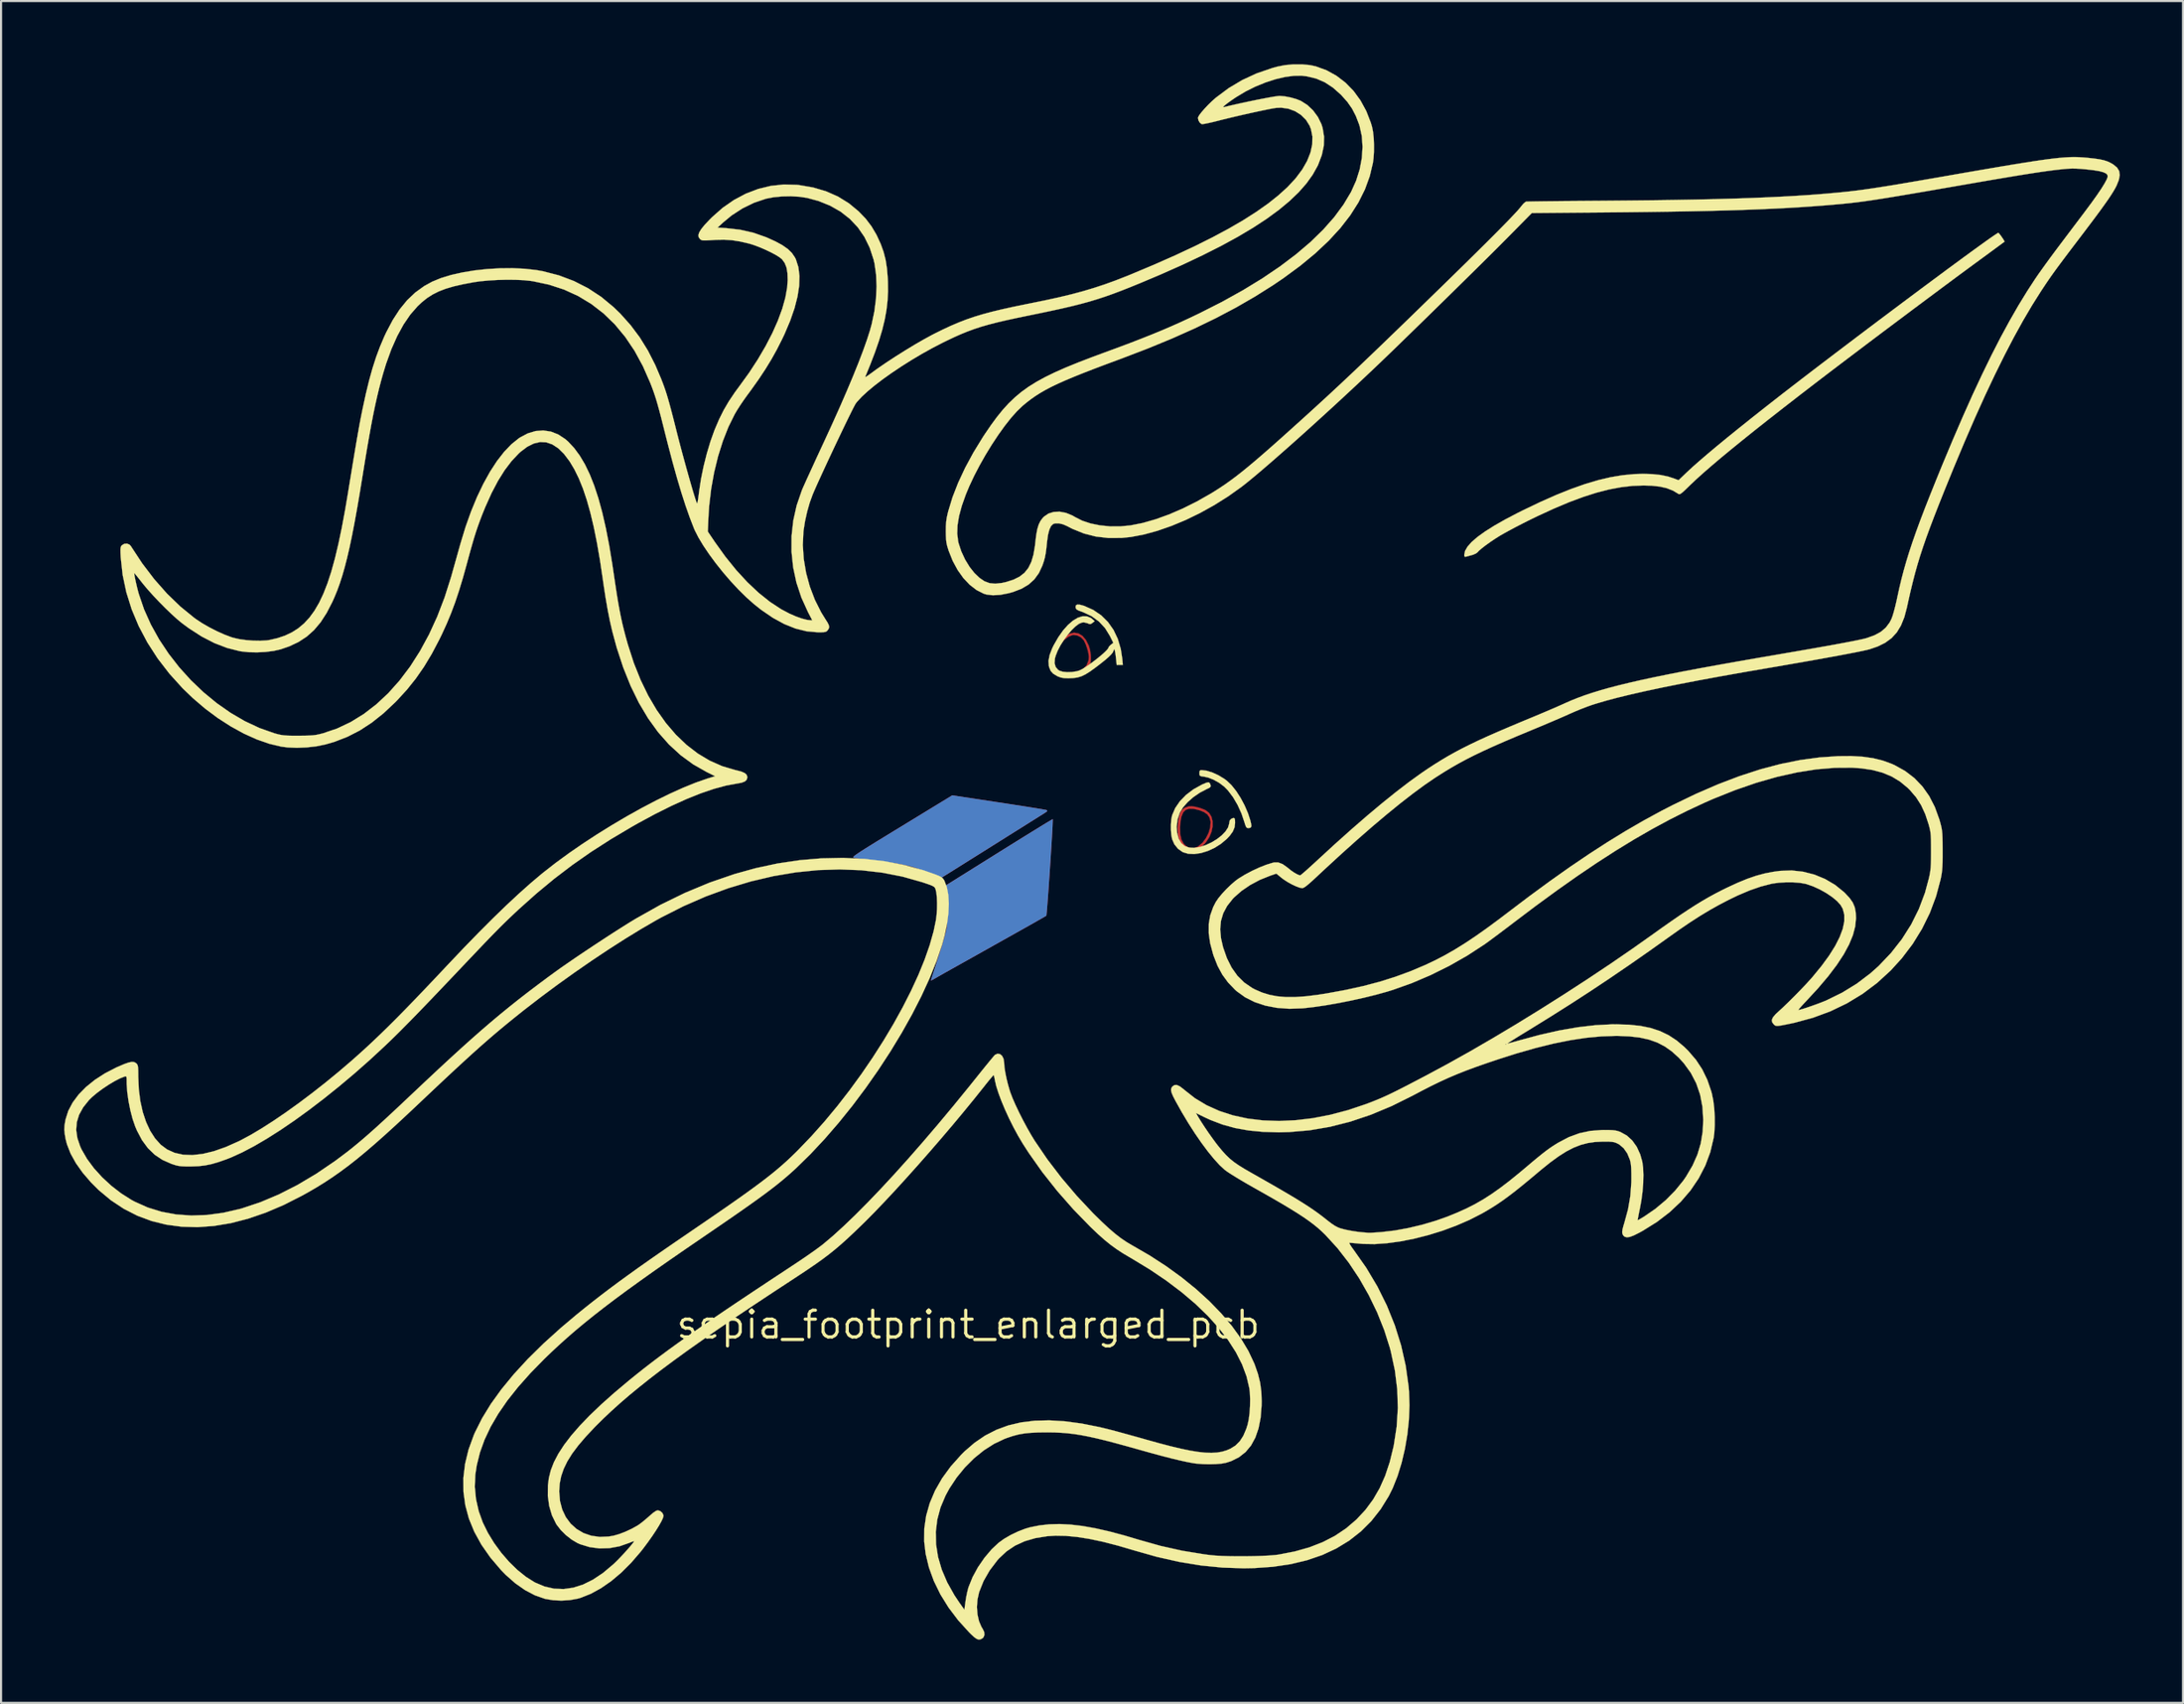
<source format=kicad_pcb>
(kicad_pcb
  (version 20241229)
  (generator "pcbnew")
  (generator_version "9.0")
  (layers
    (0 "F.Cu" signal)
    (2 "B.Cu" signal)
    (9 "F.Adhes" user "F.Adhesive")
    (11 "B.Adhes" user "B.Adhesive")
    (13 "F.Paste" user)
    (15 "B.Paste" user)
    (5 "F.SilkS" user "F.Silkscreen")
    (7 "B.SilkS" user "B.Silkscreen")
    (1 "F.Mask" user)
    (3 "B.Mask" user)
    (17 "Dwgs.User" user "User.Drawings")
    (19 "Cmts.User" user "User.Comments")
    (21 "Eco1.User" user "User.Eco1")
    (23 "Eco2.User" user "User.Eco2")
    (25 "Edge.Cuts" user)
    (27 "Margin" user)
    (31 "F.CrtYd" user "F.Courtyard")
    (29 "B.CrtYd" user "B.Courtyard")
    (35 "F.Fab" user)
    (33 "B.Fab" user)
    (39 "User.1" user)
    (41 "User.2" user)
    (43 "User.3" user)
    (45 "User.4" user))
  (footprint "sepia_footprint_enlarged_pcb"
    (layer "F.Cu")
    (at 48.557 40.704)
    (property "Reference" "sepia_footprint_enlarged_pcb" (at -5.64 19.13 0) (layer "F.SilkS") (effects (font (size 1.27 1.27) (thickness 0.15))))
    (attr through_hole)
    (fp_poly (pts (xy -0.409 -13.685) (xy -0.221 -13.571) (xy -0.056 -13.378) (xy 0.081 -13.106) (xy 0.086 -13.092) (xy 0.143 -12.893) (xy 0.175 -12.674) (xy 0.182 -12.462) (xy 0.161 -12.283) (xy 0.13 -12.192) (xy -0.029 -11.977) (xy -0.248 -11.821) (xy -0.526 -11.724) (xy -0.863 -11.686) (xy -0.922 -11.686) (xy -1.135 -11.695) (xy -1.292 -11.725) (xy -1.411 -11.773) (xy -1.575 -11.903) (xy -1.679 -12.081) (xy -1.722 -12.295) (xy -1.715 -12.395) (xy -1.609 -12.395) (xy -1.577 -12.158) (xy -1.482 -11.979) (xy -1.326 -11.856) (xy -1.109 -11.791) (xy -0.842 -11.785) (xy -0.666 -11.807) (xy -0.497 -11.842) (xy -0.398 -11.874) (xy -0.171 -12.007) (xy -0.015 -12.186) (xy 0.069 -12.408) (xy 0.085 -12.573) (xy 0.065 -12.738) (xy 0.015 -12.941) (xy -0.055 -13.146) (xy -0.134 -13.319) (xy -0.172 -13.381) (xy -0.303 -13.508) (xy -0.469 -13.59) (xy -0.64 -13.615) (xy -0.69 -13.608) (xy -0.885 -13.529) (xy -1.08 -13.384) (xy -1.263 -13.191) (xy -1.42 -12.967) (xy -1.537 -12.731) (xy -1.601 -12.499) (xy -1.609 -12.395) (xy -1.715 -12.395) (xy -1.706 -12.535) (xy -1.632 -12.79) (xy -1.501 -13.05) (xy -1.313 -13.303) (xy -1.292 -13.327) (xy -1.061 -13.54) (xy -0.834 -13.67) (xy -0.615 -13.718) (xy -0.409 -13.685)) (stroke (width 0.01) (type solid)) (fill yes) (layer "F.Cu"))
    (fp_poly (pts (xy 5.161 -5.452) (xy 5.362 -5.399) (xy 5.556 -5.326) (xy 5.631 -5.291) (xy 5.795 -5.164) (xy 5.905 -4.984) (xy 5.96 -4.767) (xy 5.961 -4.525) (xy 5.909 -4.27) (xy 5.804 -4.017) (xy 5.646 -3.777) (xy 5.582 -3.702) (xy 5.465 -3.587) (xy 5.352 -3.491) (xy 5.285 -3.447) (xy 5.112 -3.396) (xy 4.913 -3.394) (xy 4.729 -3.439) (xy 4.673 -3.467) (xy 4.509 -3.616) (xy 4.391 -3.83) (xy 4.321 -4.102) (xy 4.301 -4.425) (xy 4.306 -4.488) (xy 4.408 -4.488) (xy 4.419 -4.169) (xy 4.48 -3.903) (xy 4.591 -3.698) (xy 4.75 -3.556) (xy 4.826 -3.519) (xy 4.968 -3.48) (xy 5.097 -3.492) (xy 5.245 -3.561) (xy 5.296 -3.592) (xy 5.483 -3.752) (xy 5.644 -3.968) (xy 5.769 -4.217) (xy 5.846 -4.475) (xy 5.865 -4.718) (xy 5.859 -4.776) (xy 5.807 -4.959) (xy 5.705 -5.1) (xy 5.542 -5.21) (xy 5.334 -5.292) (xy 5.063 -5.359) (xy 4.848 -5.366) (xy 4.683 -5.31) (xy 4.563 -5.188) (xy 4.481 -4.996) (xy 4.45 -4.858) (xy 4.408 -4.488) (xy 4.306 -4.488) (xy 4.322 -4.713) (xy 4.367 -4.981) (xy 4.428 -5.178) (xy 4.515 -5.316) (xy 4.638 -5.408) (xy 4.803 -5.468) (xy 4.847 -5.478) (xy 4.98 -5.481) (xy 5.161 -5.452)) (stroke (width 0.01) (type solid)) (fill yes) (layer "F.Cu"))
    (fp_poly (pts (xy -0.377 -13.771) (xy -0.301 -13.739) (xy -0.133 -13.614) (xy 0.021 -13.427) (xy 0.142 -13.203) (xy 0.16 -13.159) (xy 0.258 -12.81) (xy 0.28 -12.499) (xy 0.229 -12.227) (xy 0.107 -11.998) (xy -0.085 -11.815) (xy -0.344 -11.681) (xy -0.67 -11.599) (xy -0.804 -11.583) (xy -0.973 -11.578) (xy -1.137 -11.591) (xy -1.203 -11.603) (xy -1.454 -11.701) (xy -1.642 -11.853) (xy -1.763 -12.054) (xy -1.813 -12.3) (xy -1.809 -12.442) (xy -1.744 -12.74) (xy -1.61 -13.038) (xy -1.42 -13.317) (xy -1.187 -13.556) (xy -1.019 -13.681) (xy -0.811 -13.772) (xy -0.588 -13.803) (xy -0.377 -13.771)) (stroke (width 0.01) (type solid)) (fill yes) (layer "F.Mask"))
    (fp_poly (pts (xy 5.215 -5.536) (xy 5.252 -5.527) (xy 5.549 -5.431) (xy 5.77 -5.311) (xy 5.922 -5.158) (xy 6.011 -4.964) (xy 6.045 -4.721) (xy 6.042 -4.572) (xy 6.018 -4.342) (xy 5.966 -4.153) (xy 5.908 -4.022) (xy 5.791 -3.829) (xy 5.643 -3.64) (xy 5.485 -3.478) (xy 5.337 -3.368) (xy 5.326 -3.362) (xy 5.18 -3.319) (xy 4.994 -3.306) (xy 4.804 -3.324) (xy 4.673 -3.363) (xy 4.5 -3.484) (xy 4.362 -3.678) (xy 4.261 -3.942) (xy 4.211 -4.192) (xy 4.203 -4.365) (xy 4.216 -4.58) (xy 4.245 -4.807) (xy 4.288 -5.02) (xy 4.339 -5.191) (xy 4.368 -5.253) (xy 4.51 -5.429) (xy 4.699 -5.535) (xy 4.935 -5.571) (xy 5.215 -5.536)) (stroke (width 0.01) (type solid)) (fill yes) (layer "F.Mask"))
    (fp_poly (pts (xy -0.269 -13.746) (xy -0.079 -13.598) (xy 0.08 -13.376) (xy 0.169 -13.18) (xy 0.266 -12.834) (xy 0.288 -12.521) (xy 0.236 -12.246) (xy 0.115 -12.013) (xy -0.072 -11.828) (xy -0.322 -11.694) (xy -0.632 -11.618) (xy -0.904 -11.6) (xy -1.185 -11.622) (xy -1.379 -11.68) (xy -1.578 -11.814) (xy -1.72 -12.002) (xy -1.798 -12.23) (xy -1.805 -12.483) (xy -1.801 -12.509) (xy -1.735 -12.752) (xy -1.615 -13.008) (xy -1.456 -13.258) (xy -1.272 -13.48) (xy -1.079 -13.651) (xy -0.973 -13.716) (xy -0.72 -13.807) (xy -0.484 -13.816) (xy -0.269 -13.746)) (stroke (width 0.01) (type solid)) (fill yes) (layer "B.Mask"))
    (fp_poly (pts (xy 5.164 -5.55) (xy 5.399 -5.501) (xy 5.619 -5.423) (xy 5.804 -5.319) (xy 5.889 -5.244) (xy 6.014 -5.053) (xy 6.075 -4.825) (xy 6.08 -4.575) (xy 6.034 -4.316) (xy 5.942 -4.061) (xy 5.812 -3.822) (xy 5.648 -3.614) (xy 5.457 -3.45) (xy 5.246 -3.342) (xy 5.019 -3.305) (xy 5.014 -3.305) (xy 4.875 -3.317) (xy 4.753 -3.345) (xy 4.741 -3.35) (xy 4.561 -3.464) (xy 4.402 -3.653) (xy 4.346 -3.747) (xy 4.307 -3.829) (xy 4.28 -3.918) (xy 4.265 -4.031) (xy 4.257 -4.188) (xy 4.255 -4.407) (xy 4.255 -4.445) (xy 4.257 -4.673) (xy 4.264 -4.837) (xy 4.278 -4.957) (xy 4.304 -5.053) (xy 4.343 -5.146) (xy 4.361 -5.184) (xy 4.444 -5.321) (xy 4.538 -5.437) (xy 4.586 -5.48) (xy 4.736 -5.543) (xy 4.935 -5.565) (xy 5.164 -5.55)) (stroke (width 0.01) (type solid)) (fill yes) (layer "B.Mask"))
    (fp_poly (pts (xy 5.687 -7.165) (xy 5.958 -7.08) (xy 6.241 -6.95) (xy 6.513 -6.784) (xy 6.631 -6.697) (xy 6.855 -6.483) (xy 7.078 -6.204) (xy 7.291 -5.875) (xy 7.482 -5.515) (xy 7.642 -5.142) (xy 7.744 -4.828) (xy 7.788 -4.65) (xy 7.8 -4.538) (xy 7.774 -4.475) (xy 7.708 -4.45) (xy 7.638 -4.446) (xy 7.584 -4.46) (xy 7.542 -4.515) (xy 7.5 -4.628) (xy 7.476 -4.709) (xy 7.332 -5.136) (xy 7.147 -5.544) (xy 6.93 -5.914) (xy 6.692 -6.229) (xy 6.515 -6.41) (xy 6.277 -6.591) (xy 6.011 -6.741) (xy 5.745 -6.845) (xy 5.556 -6.886) (xy 5.427 -6.904) (xy 5.361 -6.929) (xy 5.337 -6.977) (xy 5.334 -7.054) (xy 5.342 -7.152) (xy 5.381 -7.19) (xy 5.45 -7.196) (xy 5.687 -7.165)) (stroke (width 0.01) (type solid)) (fill yes) (layer "F.SilkS"))
    (fp_poly (pts (xy 5.808 -6.598) (xy 5.846 -6.533) (xy 5.862 -6.487) (xy 5.869 -6.426) (xy 5.836 -6.379) (xy 5.747 -6.328) (xy 5.686 -6.3) (xy 5.354 -6.127) (xy 5.044 -5.914) (xy 4.771 -5.674) (xy 4.551 -5.422) (xy 4.406 -5.184) (xy 4.296 -4.857) (xy 4.254 -4.506) (xy 4.273 -4.23) (xy 4.347 -3.947) (xy 4.468 -3.735) (xy 4.636 -3.592) (xy 4.853 -3.517) (xy 4.855 -3.517) (xy 5.098 -3.508) (xy 5.364 -3.551) (xy 5.639 -3.64) (xy 5.909 -3.765) (xy 6.163 -3.919) (xy 6.387 -4.093) (xy 6.568 -4.28) (xy 6.693 -4.472) (xy 6.748 -4.66) (xy 6.75 -4.684) (xy 6.773 -4.806) (xy 6.841 -4.88) (xy 6.859 -4.89) (xy 6.947 -4.926) (xy 6.999 -4.91) (xy 7.022 -4.831) (xy 7.027 -4.695) (xy 7.002 -4.483) (xy 6.919 -4.282) (xy 6.77 -4.077) (xy 6.637 -3.936) (xy 6.359 -3.7) (xy 6.052 -3.506) (xy 5.729 -3.358) (xy 5.404 -3.259) (xy 5.09 -3.214) (xy 4.802 -3.226) (xy 4.552 -3.301) (xy 4.539 -3.307) (xy 4.32 -3.461) (xy 4.146 -3.676) (xy 4.04 -3.916) (xy 4.001 -4.113) (xy 3.981 -4.358) (xy 3.981 -4.618) (xy 4 -4.861) (xy 4.037 -5.048) (xy 4.184 -5.393) (xy 4.407 -5.719) (xy 4.699 -6.02) (xy 5.051 -6.286) (xy 5.456 -6.51) (xy 5.492 -6.527) (xy 5.649 -6.593) (xy 5.748 -6.618) (xy 5.808 -6.598)) (stroke (width 0.01) (type solid)) (fill yes) (layer "F.SilkS"))
    (fp_poly (pts (xy -0.349 -15.051) (xy -0.163 -15.001) (xy -0.13 -14.99) (xy 0.297 -14.799) (xy 0.672 -14.543) (xy 0.992 -14.226) (xy 1.256 -13.851) (xy 1.46 -13.422) (xy 1.601 -12.944) (xy 1.669 -12.499) (xy 1.698 -12.192) (xy 1.406 -12.192) (xy 1.375 -12.499) (xy 1.355 -12.663) (xy 1.334 -12.802) (xy 1.314 -12.886) (xy 1.314 -12.888) (xy 1.289 -12.94) (xy 1.271 -12.918) (xy 1.257 -12.867) (xy 1.22 -12.784) (xy 1.141 -12.684) (xy 1.015 -12.56) (xy 0.835 -12.405) (xy 0.594 -12.214) (xy 0.406 -12.071) (xy 0.146 -11.882) (xy -0.073 -11.745) (xy -0.268 -11.651) (xy -0.46 -11.593) (xy -0.666 -11.565) (xy -0.894 -11.557) (xy -1.091 -11.564) (xy -1.242 -11.591) (xy -1.384 -11.644) (xy -1.427 -11.665) (xy -1.609 -11.776) (xy -1.726 -11.906) (xy -1.798 -12.08) (xy -1.814 -12.144) (xy -1.83 -12.384) (xy -1.776 -12.663) (xy -1.653 -12.983) (xy -1.584 -13.123) (xy -1.368 -13.5) (xy -1.141 -13.823) (xy -0.907 -14.088) (xy -0.671 -14.291) (xy -0.44 -14.43) (xy -0.218 -14.5) (xy -0.01 -14.498) (xy 0.179 -14.42) (xy 0.247 -14.367) (xy 0.36 -14.267) (xy 0.256 -14.186) (xy 0.175 -14.133) (xy 0.107 -14.132) (xy 0.028 -14.168) (xy -0.144 -14.212) (xy -0.236 -14.205) (xy -0.385 -14.143) (xy -0.555 -14.016) (xy -0.738 -13.837) (xy -0.924 -13.618) (xy -1.102 -13.375) (xy -1.263 -13.119) (xy -1.396 -12.863) (xy -1.492 -12.621) (xy -1.527 -12.494) (xy -1.542 -12.272) (xy -1.489 -12.089) (xy -1.369 -11.952) (xy -1.31 -11.916) (xy -1.155 -11.867) (xy -0.949 -11.847) (xy -0.721 -11.853) (xy -0.5 -11.886) (xy -0.357 -11.928) (xy -0.233 -11.989) (xy -0.072 -12.087) (xy 0.113 -12.213) (xy 0.308 -12.357) (xy 0.502 -12.508) (xy 0.682 -12.656) (xy 0.835 -12.792) (xy 0.948 -12.906) (xy 1.009 -12.987) (xy 1.016 -13.011) (xy 1.046 -13.066) (xy 1.12 -13.14) (xy 1.131 -13.148) (xy 1.246 -13.24) (xy 1.085 -13.565) (xy 0.856 -13.937) (xy 0.565 -14.251) (xy 0.217 -14.505) (xy -0.186 -14.695) (xy -0.254 -14.719) (xy -0.404 -14.774) (xy -0.49 -14.82) (xy -0.531 -14.872) (xy -0.543 -14.92) (xy -0.533 -15.012) (xy -0.47 -15.055) (xy -0.349 -15.051)) (stroke (width 0.01) (type solid)) (fill yes) (layer "F.SilkS"))
    (fp_poly (pts (xy 43.31 -32.656) (xy 43.377 -32.57) (xy 43.45 -32.466) (xy 43.514 -32.368) (xy 43.551 -32.299) (xy 43.554 -32.281) (xy 43.518 -32.254) (xy 43.421 -32.183) (xy 43.272 -32.073) (xy 43.079 -31.931) (xy 42.85 -31.763) (xy 42.593 -31.574) (xy 42.397 -31.431) (xy 41.826 -31.012) (xy 41.21 -30.557) (xy 40.558 -30.073) (xy 39.879 -29.567) (xy 39.181 -29.047) (xy 38.475 -28.518) (xy 37.769 -27.989) (xy 37.073 -27.465) (xy 36.396 -26.953) (xy 35.746 -26.461) (xy 35.134 -25.996) (xy 34.568 -25.563) (xy 34.058 -25.171) (xy 33.867 -25.024) (xy 33.078 -24.412) (xy 32.356 -23.847) (xy 31.698 -23.327) (xy 31.101 -22.848) (xy 30.562 -22.41) (xy 30.078 -22.01) (xy 29.648 -21.645) (xy 29.267 -21.314) (xy 28.934 -21.014) (xy 28.646 -20.743) (xy 28.564 -20.663) (xy 28.396 -20.5) (xy 28.275 -20.389) (xy 28.192 -20.324) (xy 28.136 -20.297) (xy 28.095 -20.299) (xy 28.077 -20.309) (xy 27.816 -20.465) (xy 27.523 -20.58) (xy 27.188 -20.657) (xy 26.797 -20.699) (xy 26.416 -20.71) (xy 25.89 -20.69) (xy 25.347 -20.627) (xy 24.78 -20.52) (xy 24.185 -20.367) (xy 23.554 -20.166) (xy 22.881 -19.915) (xy 22.162 -19.612) (xy 21.388 -19.256) (xy 20.913 -19.024) (xy 20.629 -18.88) (xy 20.338 -18.73) (xy 20.062 -18.582) (xy 19.818 -18.449) (xy 19.627 -18.34) (xy 19.595 -18.321) (xy 19.362 -18.174) (xy 19.132 -18.019) (xy 18.918 -17.865) (xy 18.736 -17.724) (xy 18.6 -17.606) (xy 18.531 -17.532) (xy 18.461 -17.481) (xy 18.342 -17.428) (xy 18.267 -17.404) (xy 18.13 -17.367) (xy 18.018 -17.336) (xy 17.981 -17.326) (xy 17.926 -17.329) (xy 17.907 -17.394) (xy 17.907 -17.417) (xy 17.946 -17.603) (xy 18.063 -17.806) (xy 18.258 -18.026) (xy 18.533 -18.264) (xy 18.888 -18.52) (xy 19.323 -18.795) (xy 19.839 -19.089) (xy 20.436 -19.402) (xy 20.696 -19.532) (xy 21.51 -19.921) (xy 22.267 -20.257) (xy 22.973 -20.54) (xy 23.634 -20.774) (xy 24.257 -20.96) (xy 24.847 -21.099) (xy 25.413 -21.194) (xy 25.958 -21.247) (xy 26.395 -21.261) (xy 26.848 -21.247) (xy 27.239 -21.205) (xy 27.584 -21.132) (xy 27.852 -21.045) (xy 28.081 -20.958) (xy 28.488 -21.348) (xy 28.746 -21.587) (xy 29.07 -21.873) (xy 29.455 -22.203) (xy 29.897 -22.574) (xy 30.395 -22.983) (xy 30.943 -23.427) (xy 31.539 -23.903) (xy 32.178 -24.408) (xy 32.858 -24.94) (xy 33.02 -25.066) (xy 33.452 -25.4) (xy 33.914 -25.756) (xy 34.402 -26.13) (xy 34.911 -26.519) (xy 35.439 -26.92) (xy 35.979 -27.33) (xy 36.529 -27.746) (xy 37.083 -28.165) (xy 37.639 -28.583) (xy 38.191 -28.997) (xy 38.736 -29.405) (xy 39.269 -29.803) (xy 39.787 -30.189) (xy 40.285 -30.558) (xy 40.758 -30.909) (xy 41.204 -31.238) (xy 41.617 -31.541) (xy 41.994 -31.816) (xy 42.33 -32.06) (xy 42.621 -32.269) (xy 42.863 -32.441) (xy 43.052 -32.572) (xy 43.184 -32.659) (xy 43.255 -32.7) (xy 43.265 -32.702) (xy 43.31 -32.656)) (stroke (width 0.01) (type solid)) (fill yes) (layer "F.SilkS"))
    (fp_poly (pts (xy 10.582 -40.663) (xy 10.858 -40.604) (xy 11.368 -40.418) (xy 11.839 -40.158) (xy 12.268 -39.83) (xy 12.65 -39.439) (xy 12.98 -38.987) (xy 13.256 -38.481) (xy 13.472 -37.925) (xy 13.53 -37.729) (xy 13.576 -37.496) (xy 13.607 -37.206) (xy 13.621 -36.883) (xy 13.619 -36.553) (xy 13.599 -36.243) (xy 13.571 -36.026) (xy 13.42 -35.39) (xy 13.191 -34.763) (xy 12.882 -34.144) (xy 12.493 -33.532) (xy 12.023 -32.926) (xy 11.471 -32.326) (xy 10.837 -31.73) (xy 10.12 -31.138) (xy 9.32 -30.549) (xy 8.826 -30.214) (xy 7.975 -29.678) (xy 7.076 -29.159) (xy 6.124 -28.657) (xy 5.113 -28.167) (xy 4.035 -27.686) (xy 2.885 -27.212) (xy 1.658 -26.742) (xy 1.584 -26.714) (xy 0.928 -26.471) (xy 0.345 -26.251) (xy -0.17 -26.051) (xy -0.625 -25.868) (xy -1.025 -25.7) (xy -1.378 -25.543) (xy -1.691 -25.393) (xy -1.968 -25.248) (xy -2.218 -25.104) (xy -2.446 -24.959) (xy -2.66 -24.809) (xy -2.866 -24.651) (xy -3.062 -24.488) (xy -3.327 -24.234) (xy -3.614 -23.912) (xy -3.913 -23.532) (xy -4.219 -23.105) (xy -4.524 -22.644) (xy -4.821 -22.159) (xy -5.103 -21.661) (xy -5.363 -21.162) (xy -5.592 -20.673) (xy -5.757 -20.278) (xy -5.948 -19.739) (xy -6.079 -19.253) (xy -6.151 -18.815) (xy -6.164 -18.418) (xy -6.12 -18.058) (xy -6.1 -17.971) (xy -5.971 -17.58) (xy -5.791 -17.193) (xy -5.573 -16.837) (xy -5.349 -16.555) (xy -5.106 -16.322) (xy -4.87 -16.162) (xy -4.626 -16.071) (xy -4.356 -16.046) (xy -4.046 -16.08) (xy -3.841 -16.126) (xy -3.493 -16.237) (xy -3.205 -16.38) (xy -2.972 -16.562) (xy -2.788 -16.792) (xy -2.647 -17.077) (xy -2.544 -17.425) (xy -2.473 -17.844) (xy -2.455 -18.013) (xy -2.413 -18.359) (xy -2.362 -18.635) (xy -2.296 -18.853) (xy -2.211 -19.027) (xy -2.101 -19.172) (xy -2.046 -19.228) (xy -1.833 -19.374) (xy -1.58 -19.453) (xy -1.299 -19.464) (xy -1.002 -19.408) (xy -0.699 -19.284) (xy -0.562 -19.205) (xy -0.228 -19.036) (xy 0.167 -18.905) (xy 0.608 -18.815) (xy 1.081 -18.768) (xy 1.569 -18.766) (xy 2.059 -18.812) (xy 2.068 -18.814) (xy 2.639 -18.927) (xy 3.25 -19.102) (xy 3.891 -19.333) (xy 4.549 -19.617) (xy 5.214 -19.949) (xy 5.873 -20.323) (xy 6.07 -20.444) (xy 6.319 -20.604) (xy 6.566 -20.77) (xy 6.817 -20.949) (xy 7.079 -21.144) (xy 7.357 -21.362) (xy 7.658 -21.607) (xy 7.989 -21.885) (xy 8.356 -22.201) (xy 8.765 -22.559) (xy 9.223 -22.966) (xy 9.716 -23.409) (xy 10.12 -23.773) (xy 10.499 -24.116) (xy 10.858 -24.443) (xy 11.203 -24.759) (xy 11.542 -25.071) (xy 11.878 -25.384) (xy 12.219 -25.703) (xy 12.571 -26.034) (xy 12.939 -26.384) (xy 13.33 -26.757) (xy 13.749 -27.159) (xy 14.203 -27.596) (xy 14.698 -28.074) (xy 15.239 -28.598) (xy 15.832 -29.174) (xy 16.023 -29.36) (xy 16.734 -30.052) (xy 17.384 -30.686) (xy 17.974 -31.264) (xy 18.503 -31.786) (xy 18.972 -32.251) (xy 19.383 -32.662) (xy 19.735 -33.018) (xy 20.03 -33.32) (xy 20.266 -33.569) (xy 20.447 -33.764) (xy 20.57 -33.908) (xy 20.62 -33.972) (xy 20.713 -34.083) (xy 20.801 -34.16) (xy 20.847 -34.183) (xy 20.902 -34.186) (xy 21.035 -34.189) (xy 21.24 -34.193) (xy 21.51 -34.197) (xy 21.839 -34.201) (xy 22.22 -34.205) (xy 22.648 -34.21) (xy 23.115 -34.214) (xy 23.615 -34.218) (xy 24.142 -34.222) (xy 24.426 -34.224) (xy 25.66 -34.235) (xy 26.813 -34.247) (xy 27.891 -34.263) (xy 28.899 -34.281) (xy 29.841 -34.302) (xy 30.721 -34.327) (xy 31.546 -34.355) (xy 32.318 -34.387) (xy 33.043 -34.422) (xy 33.727 -34.461) (xy 34.372 -34.504) (xy 34.985 -34.552) (xy 35.569 -34.604) (xy 35.856 -34.632) (xy 36.116 -34.659) (xy 36.376 -34.689) (xy 36.643 -34.722) (xy 36.926 -34.76) (xy 37.231 -34.804) (xy 37.568 -34.855) (xy 37.942 -34.914) (xy 38.361 -34.982) (xy 38.834 -35.062) (xy 39.368 -35.153) (xy 39.97 -35.257) (xy 40.634 -35.372) (xy 41.451 -35.515) (xy 42.191 -35.643) (xy 42.856 -35.757) (xy 43.454 -35.859) (xy 43.988 -35.948) (xy 44.464 -36.025) (xy 44.886 -36.091) (xy 45.261 -36.147) (xy 45.591 -36.192) (xy 45.884 -36.229) (xy 46.143 -36.257) (xy 46.374 -36.277) (xy 46.581 -36.29) (xy 46.77 -36.296) (xy 46.946 -36.296) (xy 47.113 -36.291) (xy 47.277 -36.281) (xy 47.442 -36.268) (xy 47.499 -36.262) (xy 47.819 -36.227) (xy 48.071 -36.19) (xy 48.273 -36.146) (xy 48.441 -36.091) (xy 48.593 -36.02) (xy 48.728 -35.94) (xy 48.898 -35.798) (xy 48.997 -35.635) (xy 49.025 -35.442) (xy 48.982 -35.212) (xy 48.877 -34.949) (xy 48.809 -34.817) (xy 48.723 -34.669) (xy 48.615 -34.497) (xy 48.482 -34.297) (xy 48.317 -34.063) (xy 48.119 -33.787) (xy 47.881 -33.465) (xy 47.6 -33.091) (xy 47.273 -32.658) (xy 47.168 -32.52) (xy 46.859 -32.114) (xy 46.595 -31.766) (xy 46.371 -31.468) (xy 46.179 -31.211) (xy 46.013 -30.987) (xy 45.868 -30.786) (xy 45.736 -30.6) (xy 45.612 -30.42) (xy 45.489 -30.238) (xy 45.361 -30.045) (xy 45.285 -29.93) (xy 44.863 -29.261) (xy 44.434 -28.533) (xy 43.998 -27.743) (xy 43.553 -26.889) (xy 43.097 -25.967) (xy 42.629 -24.976) (xy 42.149 -23.912) (xy 41.655 -22.773) (xy 41.145 -21.555) (xy 40.702 -20.468) (xy 40.444 -19.822) (xy 40.217 -19.241) (xy 40.017 -18.716) (xy 39.841 -18.236) (xy 39.686 -17.788) (xy 39.547 -17.364) (xy 39.421 -16.95) (xy 39.305 -16.537) (xy 39.196 -16.113) (xy 39.088 -15.668) (xy 38.98 -15.19) (xy 38.922 -14.922) (xy 38.799 -14.457) (xy 38.64 -14.063) (xy 38.441 -13.735) (xy 38.193 -13.464) (xy 37.891 -13.243) (xy 37.528 -13.064) (xy 37.157 -12.937) (xy 37.014 -12.901) (xy 36.794 -12.852) (xy 36.499 -12.792) (xy 36.137 -12.722) (xy 35.71 -12.641) (xy 35.225 -12.552) (xy 34.687 -12.455) (xy 34.101 -12.351) (xy 33.471 -12.241) (xy 32.802 -12.125) (xy 32.322 -12.043) (xy 31.148 -11.841) (xy 30.058 -11.647) (xy 29.049 -11.461) (xy 28.121 -11.282) (xy 27.271 -11.111) (xy 26.499 -10.946) (xy 25.803 -10.788) (xy 25.182 -10.637) (xy 24.634 -10.491) (xy 24.159 -10.351) (xy 23.961 -10.288) (xy 23.73 -10.206) (xy 23.456 -10.1) (xy 23.174 -9.984) (xy 22.915 -9.87) (xy 22.904 -9.866) (xy 22.721 -9.783) (xy 22.475 -9.675) (xy 22.18 -9.549) (xy 21.852 -9.409) (xy 21.505 -9.263) (xy 21.156 -9.118) (xy 21.015 -9.059) (xy 20.373 -8.792) (xy 19.801 -8.549) (xy 19.29 -8.325) (xy 18.83 -8.115) (xy 18.413 -7.916) (xy 18.029 -7.722) (xy 17.669 -7.529) (xy 17.323 -7.332) (xy 16.981 -7.126) (xy 16.635 -6.907) (xy 16.51 -6.826) (xy 16.015 -6.487) (xy 15.469 -6.085) (xy 14.874 -5.623) (xy 14.235 -5.103) (xy 13.553 -4.528) (xy 12.832 -3.899) (xy 12.075 -3.22) (xy 11.284 -2.493) (xy 10.931 -2.163) (xy 10.707 -1.955) (xy 10.534 -1.802) (xy 10.405 -1.695) (xy 10.31 -1.63) (xy 10.242 -1.599) (xy 10.211 -1.595) (xy 10.088 -1.619) (xy 9.918 -1.682) (xy 9.722 -1.774) (xy 9.521 -1.885) (xy 9.336 -2.005) (xy 9.225 -2.089) (xy 8.988 -2.285) (xy 8.696 -2.186) (xy 8.203 -1.988) (xy 7.742 -1.742) (xy 7.328 -1.46) (xy 6.977 -1.15) (xy 6.912 -1.082) (xy 6.649 -0.748) (xy 6.464 -0.401) (xy 6.355 -0.035) (xy 6.32 0.359) (xy 6.359 0.786) (xy 6.456 1.208) (xy 6.638 1.729) (xy 6.864 2.18) (xy 7.136 2.563) (xy 7.457 2.882) (xy 7.829 3.139) (xy 7.98 3.219) (xy 8.313 3.363) (xy 8.659 3.469) (xy 9.029 3.54) (xy 9.432 3.575) (xy 9.878 3.575) (xy 10.376 3.541) (xy 10.936 3.472) (xy 11.367 3.405) (xy 12.275 3.238) (xy 13.114 3.053) (xy 13.898 2.846) (xy 14.641 2.612) (xy 15.357 2.349) (xy 16.06 2.051) (xy 16.06 2.051) (xy 16.519 1.834) (xy 16.975 1.597) (xy 17.438 1.333) (xy 17.916 1.037) (xy 18.42 0.702) (xy 18.958 0.323) (xy 19.54 -0.106) (xy 19.96 -0.425) (xy 20.994 -1.208) (xy 21.98 -1.931) (xy 22.923 -2.598) (xy 23.831 -3.213) (xy 24.71 -3.782) (xy 25.566 -4.307) (xy 26.406 -4.794) (xy 27.237 -5.247) (xy 27.813 -5.543) (xy 28.907 -6.07) (xy 29.96 -6.526) (xy 30.977 -6.913) (xy 31.961 -7.233) (xy 32.917 -7.486) (xy 33.849 -7.674) (xy 34.762 -7.798) (xy 35.66 -7.86) (xy 35.666 -7.86) (xy 36.277 -7.865) (xy 36.823 -7.833) (xy 37.316 -7.763) (xy 37.768 -7.652) (xy 38.191 -7.498) (xy 38.341 -7.431) (xy 38.838 -7.154) (xy 39.277 -6.818) (xy 39.657 -6.422) (xy 39.98 -5.964) (xy 40.247 -5.444) (xy 40.459 -4.86) (xy 40.504 -4.702) (xy 40.541 -4.56) (xy 40.569 -4.434) (xy 40.588 -4.307) (xy 40.602 -4.163) (xy 40.61 -3.987) (xy 40.614 -3.763) (xy 40.616 -3.474) (xy 40.616 -3.387) (xy 40.616 -3.068) (xy 40.613 -2.817) (xy 40.605 -2.615) (xy 40.592 -2.445) (xy 40.573 -2.291) (xy 40.545 -2.133) (xy 40.52 -2.011) (xy 40.304 -1.204) (xy 40.01 -0.419) (xy 39.638 0.336) (xy 39.194 1.056) (xy 38.679 1.735) (xy 38.149 2.317) (xy 37.504 2.907) (xy 36.813 3.426) (xy 36.074 3.874) (xy 35.289 4.252) (xy 34.458 4.559) (xy 33.581 4.796) (xy 33.422 4.83) (xy 33.163 4.883) (xy 32.973 4.92) (xy 32.839 4.94) (xy 32.749 4.945) (xy 32.687 4.935) (xy 32.642 4.91) (xy 32.601 4.872) (xy 32.597 4.868) (xy 32.522 4.765) (xy 32.51 4.657) (xy 32.563 4.537) (xy 32.686 4.392) (xy 32.798 4.287) (xy 33.033 4.071) (xy 33.302 3.812) (xy 33.589 3.527) (xy 33.873 3.236) (xy 34.138 2.958) (xy 34.364 2.709) (xy 34.438 2.625) (xy 34.867 2.102) (xy 35.226 1.611) (xy 35.514 1.152) (xy 35.73 0.727) (xy 35.876 0.336) (xy 35.949 -0.018) (xy 35.949 -0.335) (xy 35.876 -0.613) (xy 35.773 -0.795) (xy 35.605 -0.981) (xy 35.373 -1.173) (xy 35.095 -1.361) (xy 34.789 -1.532) (xy 34.474 -1.677) (xy 34.168 -1.783) (xy 34.099 -1.802) (xy 33.839 -1.847) (xy 33.526 -1.871) (xy 33.187 -1.873) (xy 32.852 -1.854) (xy 32.55 -1.813) (xy 32.491 -1.802) (xy 31.985 -1.671) (xy 31.456 -1.488) (xy 30.892 -1.248) (xy 30.459 -1.039) (xy 29.995 -0.797) (xy 29.544 -0.544) (xy 29.091 -0.27) (xy 28.621 0.033) (xy 28.116 0.377) (xy 27.686 0.682) (xy 26.687 1.393) (xy 25.733 2.058) (xy 24.806 2.69) (xy 23.889 3.3) (xy 22.965 3.899) (xy 22.015 4.5) (xy 21.023 5.113) (xy 20.797 5.251) (xy 20.557 5.397) (xy 20.344 5.529) (xy 20.168 5.64) (xy 20.038 5.723) (xy 19.964 5.772) (xy 19.951 5.784) (xy 19.994 5.777) (xy 20.101 5.75) (xy 20.259 5.707) (xy 20.449 5.653) (xy 20.469 5.647) (xy 21.467 5.377) (xy 22.407 5.164) (xy 23.293 5.01) (xy 24.127 4.912) (xy 24.915 4.87) (xy 25.103 4.869) (xy 25.718 4.887) (xy 26.266 4.944) (xy 26.757 5.044) (xy 27.2 5.19) (xy 27.607 5.386) (xy 27.988 5.636) (xy 28.351 5.942) (xy 28.543 6.132) (xy 28.908 6.557) (xy 29.205 7.009) (xy 29.444 7.502) (xy 29.633 8.052) (xy 29.664 8.168) (xy 29.729 8.488) (xy 29.774 8.862) (xy 29.797 9.264) (xy 29.798 9.665) (xy 29.776 10.038) (xy 29.744 10.272) (xy 29.587 10.936) (xy 29.35 11.573) (xy 29.037 12.179) (xy 28.649 12.753) (xy 28.187 13.291) (xy 27.654 13.791) (xy 27.052 14.252) (xy 26.383 14.669) (xy 26.201 14.769) (xy 25.958 14.89) (xy 25.772 14.96) (xy 25.633 14.981) (xy 25.529 14.956) (xy 25.47 14.909) (xy 25.423 14.835) (xy 25.405 14.741) (xy 25.419 14.611) (xy 25.466 14.429) (xy 25.507 14.296) (xy 25.683 13.65) (xy 25.792 13.019) (xy 25.839 12.374) (xy 25.841 12.213) (xy 25.84 11.925) (xy 25.834 11.705) (xy 25.82 11.536) (xy 25.798 11.401) (xy 25.771 11.298) (xy 25.646 10.997) (xy 25.477 10.754) (xy 25.273 10.579) (xy 25.21 10.543) (xy 25.112 10.496) (xy 25.02 10.466) (xy 24.914 10.448) (xy 24.771 10.439) (xy 24.572 10.437) (xy 24.491 10.437) (xy 24.122 10.454) (xy 23.774 10.505) (xy 23.437 10.593) (xy 23.1 10.725) (xy 22.753 10.904) (xy 22.388 11.135) (xy 21.992 11.423) (xy 21.558 11.772) (xy 21.463 11.852) (xy 21.033 12.213) (xy 20.656 12.523) (xy 20.322 12.791) (xy 20.02 13.022) (xy 19.742 13.225) (xy 19.478 13.406) (xy 19.217 13.573) (xy 18.951 13.733) (xy 18.733 13.857) (xy 18.152 14.154) (xy 17.529 14.424) (xy 16.879 14.665) (xy 16.212 14.872) (xy 15.543 15.042) (xy 14.884 15.173) (xy 14.249 15.26) (xy 13.65 15.302) (xy 13.1 15.294) (xy 12.963 15.283) (xy 12.771 15.265) (xy 12.609 15.251) (xy 12.496 15.242) (xy 12.455 15.24) (xy 12.455 15.271) (xy 12.5 15.354) (xy 12.581 15.475) (xy 12.651 15.569) (xy 13.252 16.424) (xy 13.781 17.311) (xy 14.234 18.225) (xy 14.611 19.161) (xy 14.909 20.114) (xy 15.127 21.081) (xy 15.263 22.055) (xy 15.283 22.291) (xy 15.305 22.952) (xy 15.279 23.636) (xy 15.206 24.329) (xy 15.09 25.016) (xy 14.934 25.68) (xy 14.741 26.306) (xy 14.513 26.88) (xy 14.323 27.263) (xy 13.938 27.885) (xy 13.497 28.445) (xy 12.999 28.942) (xy 12.445 29.377) (xy 11.834 29.75) (xy 11.167 30.061) (xy 10.442 30.309) (xy 9.66 30.496) (xy 8.821 30.62) (xy 7.923 30.683) (xy 7.432 30.692) (xy 6.425 30.658) (xy 5.407 30.557) (xy 4.371 30.387) (xy 3.309 30.147) (xy 2.244 29.845) (xy 1.471 29.618) (xy 0.764 29.435) (xy 0.117 29.298) (xy -0.473 29.204) (xy -1.012 29.153) (xy -1.506 29.144) (xy -1.875 29.167) (xy -2.446 29.257) (xy -2.958 29.406) (xy -3.416 29.615) (xy -3.822 29.888) (xy -4.182 30.225) (xy -4.257 30.309) (xy -4.626 30.795) (xy -4.912 31.293) (xy -5.119 31.808) (xy -5.128 31.836) (xy -5.204 32.177) (xy -5.229 32.531) (xy -5.204 32.879) (xy -5.131 33.201) (xy -5.013 33.476) (xy -4.957 33.565) (xy -4.884 33.716) (xy -4.873 33.861) (xy -4.925 33.978) (xy -4.962 34.012) (xy -5.056 34.064) (xy -5.146 34.076) (xy -5.244 34.041) (xy -5.365 33.954) (xy -5.52 33.81) (xy -5.592 33.738) (xy -6.119 33.158) (xy -6.576 32.553) (xy -6.962 31.931) (xy -7.273 31.295) (xy -7.507 30.652) (xy -7.662 30.005) (xy -7.731 29.422) (xy -7.727 28.807) (xy -7.638 28.197) (xy -7.467 27.595) (xy -7.215 27.002) (xy -6.883 26.422) (xy -6.471 25.857) (xy -5.981 25.309) (xy -5.807 25.135) (xy -5.339 24.732) (xy -4.841 24.393) (xy -4.309 24.12) (xy -3.742 23.911) (xy -3.136 23.767) (xy -2.487 23.686) (xy -1.793 23.669) (xy -1.05 23.714) (xy -0.256 23.821) (xy 0.592 23.99) (xy 0.908 24.066) (xy 1.106 24.116) (xy 1.368 24.185) (xy 1.677 24.269) (xy 2.017 24.363) (xy 2.372 24.461) (xy 2.723 24.56) (xy 2.773 24.575) (xy 3.406 24.751) (xy 3.966 24.898) (xy 4.461 25.016) (xy 4.896 25.106) (xy 5.278 25.168) (xy 5.614 25.204) (xy 5.91 25.213) (xy 6.173 25.197) (xy 6.409 25.157) (xy 6.625 25.092) (xy 6.804 25.016) (xy 7.047 24.865) (xy 7.249 24.664) (xy 7.417 24.405) (xy 7.557 24.077) (xy 7.623 23.87) (xy 7.676 23.623) (xy 7.715 23.321) (xy 7.737 22.989) (xy 7.742 22.656) (xy 7.729 22.348) (xy 7.706 22.153) (xy 7.573 21.585) (xy 7.359 21.011) (xy 7.065 20.433) (xy 6.694 19.855) (xy 6.248 19.277) (xy 5.73 18.705) (xy 5.142 18.138) (xy 4.486 17.582) (xy 3.765 17.037) (xy 2.981 16.507) (xy 2.136 15.994) (xy 2.064 15.952) (xy 1.716 15.747) (xy 1.407 15.545) (xy 1.117 15.335) (xy 0.829 15.102) (xy 0.525 14.832) (xy 0.188 14.512) (xy 0.154 14.479) (xy -0.654 13.648) (xy -1.417 12.779) (xy -2.125 11.884) (xy -2.765 10.978) (xy -3.055 10.528) (xy -3.279 10.15) (xy -3.498 9.745) (xy -3.706 9.328) (xy -3.897 8.911) (xy -4.065 8.509) (xy -4.205 8.135) (xy -4.311 7.802) (xy -4.376 7.523) (xy -4.382 7.482) (xy -4.405 7.366) (xy -4.428 7.294) (xy -4.439 7.283) (xy -4.473 7.316) (xy -4.55 7.404) (xy -4.66 7.536) (xy -4.793 7.701) (xy -4.889 7.823) (xy -5.362 8.414) (xy -5.865 9.029) (xy -6.392 9.661) (xy -6.935 10.299) (xy -7.486 10.936) (xy -8.037 11.562) (xy -8.58 12.168) (xy -9.107 12.746) (xy -9.611 13.286) (xy -10.084 13.78) (xy -10.518 14.219) (xy -10.701 14.398) (xy -11.057 14.741) (xy -11.376 15.04) (xy -11.673 15.307) (xy -11.959 15.551) (xy -12.248 15.783) (xy -12.552 16.013) (xy -12.885 16.25) (xy -13.259 16.506) (xy -13.687 16.79) (xy -13.906 16.934) (xy -14.911 17.593) (xy -15.846 18.212) (xy -16.715 18.795) (xy -17.522 19.344) (xy -18.269 19.862) (xy -18.962 20.351) (xy -19.603 20.816) (xy -20.196 21.257) (xy -20.746 21.679) (xy -21.254 22.083) (xy -21.727 22.472) (xy -22.166 22.85) (xy -22.576 23.219) (xy -22.96 23.581) (xy -23.322 23.94) (xy -23.369 23.988) (xy -23.795 24.441) (xy -24.152 24.858) (xy -24.444 25.247) (xy -24.674 25.616) (xy -24.846 25.971) (xy -24.966 26.32) (xy -25.036 26.669) (xy -25.06 27.026) (xy -25.06 27.051) (xy -25.023 27.498) (xy -24.916 27.904) (xy -24.745 28.264) (xy -24.516 28.573) (xy -24.234 28.826) (xy -23.907 29.019) (xy -23.539 29.146) (xy -23.137 29.203) (xy -22.707 29.185) (xy -22.466 29.142) (xy -22.202 29.065) (xy -21.905 28.95) (xy -21.609 28.812) (xy -21.346 28.665) (xy -21.268 28.614) (xy -21.141 28.519) (xy -20.982 28.39) (xy -20.82 28.249) (xy -20.774 28.208) (xy -20.596 28.055) (xy -20.46 27.965) (xy -20.38 27.94) (xy -20.261 27.976) (xy -20.161 28.064) (xy -20.11 28.177) (xy -20.108 28.201) (xy -20.134 28.303) (xy -20.207 28.46) (xy -20.32 28.662) (xy -20.468 28.9) (xy -20.643 29.163) (xy -20.84 29.441) (xy -21.051 29.725) (xy -21.199 29.914) (xy -21.648 30.434) (xy -22.114 30.898) (xy -22.591 31.3) (xy -23.074 31.635) (xy -23.554 31.899) (xy -24.026 32.087) (xy -24.194 32.135) (xy -24.556 32.201) (xy -24.953 32.224) (xy -25.349 32.206) (xy -25.709 32.146) (xy -25.744 32.138) (xy -26.213 31.973) (xy -26.681 31.727) (xy -27.144 31.403) (xy -27.596 31.006) (xy -27.819 30.777) (xy -28.327 30.18) (xy -28.751 29.573) (xy -29.09 28.957) (xy -29.346 28.332) (xy -29.517 27.696) (xy -29.605 27.051) (xy -29.608 26.396) (xy -29.527 25.732) (xy -29.363 25.057) (xy -29.114 24.372) (xy -29.058 24.243) (xy -28.723 23.575) (xy -28.305 22.892) (xy -27.803 22.195) (xy -27.219 21.484) (xy -26.553 20.76) (xy -25.804 20.022) (xy -24.973 19.272) (xy -24.257 18.669) (xy -23.874 18.358) (xy -23.493 18.055) (xy -23.105 17.753) (xy -22.705 17.449) (xy -22.285 17.136) (xy -21.838 16.81) (xy -21.356 16.464) (xy -20.833 16.095) (xy -20.262 15.697) (xy -19.635 15.265) (xy -18.945 14.793) (xy -18.796 14.691) (xy -18.158 14.255) (xy -17.585 13.862) (xy -17.071 13.507) (xy -16.613 13.186) (xy -16.203 12.895) (xy -15.838 12.63) (xy -15.51 12.387) (xy -15.215 12.162) (xy -14.948 11.951) (xy -14.703 11.749) (xy -14.474 11.552) (xy -14.256 11.357) (xy -14.045 11.159) (xy -13.833 10.954) (xy -13.717 10.838) (xy -13.088 10.183) (xy -12.468 9.488) (xy -11.863 8.76) (xy -11.276 8.004) (xy -10.711 7.229) (xy -10.172 6.44) (xy -9.663 5.644) (xy -9.188 4.849) (xy -8.752 4.06) (xy -8.358 3.285) (xy -8.01 2.531) (xy -7.713 1.803) (xy -7.47 1.109) (xy -7.285 0.455) (xy -7.174 -0.078) (xy -7.142 -0.334) (xy -7.124 -0.614) (xy -7.121 -0.896) (xy -7.131 -1.159) (xy -7.155 -1.382) (xy -7.192 -1.544) (xy -7.195 -1.552) (xy -7.219 -1.606) (xy -7.256 -1.65) (xy -7.319 -1.692) (xy -7.42 -1.737) (xy -7.575 -1.793) (xy -7.795 -1.867) (xy -7.824 -1.877) (xy -8.758 -2.141) (xy -9.724 -2.33) (xy -10.719 -2.445) (xy -11.737 -2.484) (xy -12.775 -2.451) (xy -13.828 -2.344) (xy -14.891 -2.165) (xy -15.96 -1.914) (xy -17.031 -1.592) (xy -18.1 -1.2) (xy -19.161 -0.737) (xy -20.21 -0.206) (xy -20.453 -0.072) (xy -21.163 0.34) (xy -21.92 0.803) (xy -22.71 1.309) (xy -23.52 1.849) (xy -24.338 2.415) (xy -25.151 2.997) (xy -25.946 3.588) (xy -26.71 4.177) (xy -26.86 4.296) (xy -27.202 4.57) (xy -27.53 4.836) (xy -27.85 5.101) (xy -28.169 5.37) (xy -28.493 5.65) (xy -28.83 5.946) (xy -29.185 6.264) (xy -29.565 6.611) (xy -29.978 6.991) (xy -30.429 7.411) (xy -30.924 7.876) (xy -31.472 8.393) (xy -31.665 8.576) (xy -32.276 9.151) (xy -32.835 9.67) (xy -33.348 10.136) (xy -33.822 10.556) (xy -34.264 10.935) (xy -34.679 11.277) (xy -35.074 11.587) (xy -35.456 11.87) (xy -35.83 12.132) (xy -36.203 12.378) (xy -36.581 12.612) (xy -36.971 12.839) (xy -37.254 12.996) (xy -38.128 13.441) (xy -38.986 13.807) (xy -39.827 14.096) (xy -40.649 14.308) (xy -41.45 14.441) (xy -42.229 14.498) (xy -42.984 14.477) (xy -43.714 14.379) (xy -44.416 14.205) (xy -45.09 13.953) (xy -45.733 13.624) (xy -46.344 13.219) (xy -46.922 12.737) (xy -47.286 12.374) (xy -47.681 11.915) (xy -48.005 11.457) (xy -48.255 11.005) (xy -48.427 10.565) (xy -48.49 10.321) (xy -48.534 10.069) (xy -48.549 9.888) (xy -47.99 9.888) (xy -47.934 10.272) (xy -47.797 10.674) (xy -47.731 10.816) (xy -47.475 11.26) (xy -47.147 11.702) (xy -46.759 12.13) (xy -46.326 12.531) (xy -45.858 12.893) (xy -45.368 13.204) (xy -45.213 13.288) (xy -44.589 13.567) (xy -43.931 13.769) (xy -43.241 13.896) (xy -42.523 13.946) (xy -41.779 13.92) (xy -41.013 13.817) (xy -40.229 13.637) (xy -40.119 13.606) (xy -39.249 13.316) (xy -38.369 12.945) (xy -37.481 12.493) (xy -36.589 11.963) (xy -35.697 11.356) (xy -35.137 10.936) (xy -34.885 10.737) (xy -34.626 10.524) (xy -34.351 10.292) (xy -34.055 10.034) (xy -33.731 9.745) (xy -33.373 9.418) (xy -32.974 9.049) (xy -32.527 8.63) (xy -32.089 8.216) (xy -31.427 7.592) (xy -30.817 7.021) (xy -30.253 6.499) (xy -29.728 6.019) (xy -29.234 5.576) (xy -28.765 5.163) (xy -28.314 4.775) (xy -27.874 4.406) (xy -27.437 4.049) (xy -26.998 3.699) (xy -26.548 3.35) (xy -26.081 2.996) (xy -25.591 2.631) (xy -25.301 2.419) (xy -25.008 2.208) (xy -24.655 1.963) (xy -24.259 1.691) (xy -23.832 1.404) (xy -23.388 1.109) (xy -22.942 0.816) (xy -22.507 0.533) (xy -22.097 0.272) (xy -21.726 0.039) (xy -21.421 -0.146) (xy -20.255 -0.801) (xy -19.087 -1.371) (xy -17.916 -1.858) (xy -16.74 -2.262) (xy -15.737 -2.541) (xy -14.692 -2.765) (xy -13.647 -2.921) (xy -12.609 -3.009) (xy -11.585 -3.03) (xy -10.581 -2.983) (xy -9.605 -2.869) (xy -8.664 -2.688) (xy -7.764 -2.441) (xy -7.188 -2.238) (xy -7.018 -2.168) (xy -6.908 -2.11) (xy -6.837 -2.048) (xy -6.784 -1.967) (xy -6.772 -1.945) (xy -6.657 -1.641) (xy -6.588 -1.275) (xy -6.564 -0.855) (xy -6.585 -0.39) (xy -6.65 0.111) (xy -6.76 0.64) (xy -6.88 1.079) (xy -7.144 1.861) (xy -7.474 2.68) (xy -7.864 3.528) (xy -8.307 4.395) (xy -8.8 5.275) (xy -9.335 6.157) (xy -9.908 7.034) (xy -10.512 7.896) (xy -11.142 8.736) (xy -11.793 9.544) (xy -12.458 10.312) (xy -13.132 11.032) (xy -13.809 11.694) (xy -13.918 11.795) (xy -14.115 11.972) (xy -14.318 12.148) (xy -14.532 12.327) (xy -14.763 12.513) (xy -15.016 12.709) (xy -15.298 12.921) (xy -15.614 13.152) (xy -15.969 13.406) (xy -16.369 13.688) (xy -16.82 14.002) (xy -17.328 14.352) (xy -17.898 14.742) (xy -18.224 14.965) (xy -19.074 15.546) (xy -19.855 16.086) (xy -20.575 16.589) (xy -21.237 17.06) (xy -21.848 17.501) (xy -22.411 17.917) (xy -22.931 18.312) (xy -23.414 18.689) (xy -23.865 19.052) (xy -24.289 19.405) (xy -24.689 19.752) (xy -25.073 20.097) (xy -25.444 20.443) (xy -25.754 20.741) (xy -26.421 21.422) (xy -27.009 22.083) (xy -27.52 22.727) (xy -27.954 23.357) (xy -28.315 23.976) (xy -28.604 24.588) (xy -28.823 25.195) (xy -28.974 25.802) (xy -29.043 26.255) (xy -29.066 26.823) (xy -29.011 27.403) (xy -28.88 27.982) (xy -28.688 28.516) (xy -28.446 29.008) (xy -28.15 29.492) (xy -27.811 29.955) (xy -27.44 30.384) (xy -27.047 30.767) (xy -26.643 31.093) (xy -26.239 31.348) (xy -26.2 31.369) (xy -25.756 31.556) (xy -25.306 31.659) (xy -24.85 31.678) (xy -24.389 31.612) (xy -23.923 31.463) (xy -23.453 31.23) (xy -22.979 30.913) (xy -22.502 30.512) (xy -22.426 30.442) (xy -22.284 30.302) (xy -22.128 30.14) (xy -21.968 29.969) (xy -21.817 29.801) (xy -21.684 29.648) (xy -21.581 29.522) (xy -21.519 29.437) (xy -21.505 29.407) (xy -21.54 29.41) (xy -21.631 29.442) (xy -21.734 29.485) (xy -22.196 29.647) (xy -22.673 29.735) (xy -23.151 29.748) (xy -23.618 29.686) (xy -24.061 29.55) (xy -24.195 29.491) (xy -24.466 29.331) (xy -24.739 29.117) (xy -24.987 28.871) (xy -25.183 28.618) (xy -25.206 28.581) (xy -25.403 28.178) (xy -25.535 27.731) (xy -25.599 27.252) (xy -25.594 26.753) (xy -25.552 26.416) (xy -25.46 26.043) (xy -25.31 25.656) (xy -25.099 25.253) (xy -24.825 24.832) (xy -24.487 24.39) (xy -24.083 23.926) (xy -23.611 23.436) (xy -23.069 22.918) (xy -22.455 22.371) (xy -21.767 21.792) (xy -21.378 21.477) (xy -21.028 21.199) (xy -20.66 20.915) (xy -20.271 20.621) (xy -19.857 20.315) (xy -19.413 19.994) (xy -18.934 19.654) (xy -18.415 19.292) (xy -17.854 18.905) (xy -17.244 18.49) (xy -16.581 18.044) (xy -15.861 17.564) (xy -15.08 17.046) (xy -14.232 16.487) (xy -13.97 16.314) (xy -13.68 16.122) (xy -13.392 15.926) (xy -13.119 15.737) (xy -12.874 15.564) (xy -12.674 15.417) (xy -12.531 15.307) (xy -12.062 14.911) (xy -11.552 14.447) (xy -11.002 13.919) (xy -10.417 13.331) (xy -9.8 12.687) (xy -9.154 11.99) (xy -8.483 11.244) (xy -7.79 10.452) (xy -7.078 9.619) (xy -6.351 8.748) (xy -5.613 7.843) (xy -5.23 7.366) (xy -5.028 7.114) (xy -4.84 6.881) (xy -4.674 6.678) (xy -4.537 6.511) (xy -4.436 6.391) (xy -4.377 6.326) (xy -4.369 6.318) (xy -4.248 6.264) (xy -4.132 6.284) (xy -4.034 6.368) (xy -3.965 6.505) (xy -3.937 6.685) (xy -3.937 6.698) (xy -3.923 6.893) (xy -3.885 7.144) (xy -3.828 7.428) (xy -3.756 7.722) (xy -3.675 8.003) (xy -3.638 8.115) (xy -3.534 8.385) (xy -3.393 8.706) (xy -3.224 9.061) (xy -3.037 9.43) (xy -2.841 9.795) (xy -2.646 10.136) (xy -2.484 10.4) (xy -1.885 11.279) (xy -1.217 12.153) (xy -0.493 13.006) (xy 0.271 13.821) (xy 0.338 13.888) (xy 0.707 14.25) (xy 1.034 14.554) (xy 1.33 14.808) (xy 1.606 15.022) (xy 1.873 15.203) (xy 2.14 15.361) (xy 2.151 15.367) (xy 2.977 15.845) (xy 3.76 16.353) (xy 4.496 16.887) (xy 5.179 17.442) (xy 5.807 18.013) (xy 6.373 18.597) (xy 6.873 19.189) (xy 7.304 19.784) (xy 7.66 20.379) (xy 7.937 20.968) (xy 7.957 21.018) (xy 8.111 21.461) (xy 8.215 21.88) (xy 8.272 22.304) (xy 8.289 22.763) (xy 8.285 22.966) (xy 8.24 23.538) (xy 8.141 24.045) (xy 7.989 24.486) (xy 7.784 24.862) (xy 7.525 25.173) (xy 7.211 25.42) (xy 6.844 25.603) (xy 6.599 25.682) (xy 6.388 25.721) (xy 6.118 25.745) (xy 5.815 25.753) (xy 5.503 25.746) (xy 5.207 25.723) (xy 5.038 25.7) (xy 4.745 25.645) (xy 4.402 25.57) (xy 4.002 25.474) (xy 3.539 25.354) (xy 3.007 25.21) (xy 2.475 25.061) (xy 1.868 24.891) (xy 1.331 24.745) (xy 0.857 24.621) (xy 0.434 24.519) (xy 0.055 24.436) (xy -0.29 24.37) (xy -0.612 24.319) (xy -0.918 24.283) (xy -1.219 24.258) (xy -1.524 24.244) (xy -1.841 24.239) (xy -1.905 24.239) (xy -2.322 24.243) (xy -2.673 24.26) (xy -2.978 24.291) (xy -3.255 24.34) (xy -3.524 24.411) (xy -3.802 24.504) (xy -3.916 24.547) (xy -4.413 24.782) (xy -4.899 25.092) (xy -5.364 25.468) (xy -5.798 25.902) (xy -6.192 26.384) (xy -6.537 26.905) (xy -6.72 27.242) (xy -6.957 27.803) (xy -7.111 28.377) (xy -7.181 28.961) (xy -7.169 29.553) (xy -7.075 30.152) (xy -6.898 30.756) (xy -6.639 31.362) (xy -6.298 31.97) (xy -6.063 32.322) (xy -5.824 32.66) (xy -5.77 32.261) (xy -5.735 32.043) (xy -5.688 31.819) (xy -5.639 31.627) (xy -5.625 31.583) (xy -5.435 31.112) (xy -5.179 30.642) (xy -4.871 30.194) (xy -4.528 29.789) (xy -4.199 29.481) (xy -3.94 29.294) (xy -3.625 29.111) (xy -3.282 28.947) (xy -2.941 28.815) (xy -2.711 28.747) (xy -2.262 28.657) (xy -1.796 28.605) (xy -1.304 28.592) (xy -0.781 28.618) (xy -0.218 28.684) (xy 0.39 28.792) (xy 1.05 28.941) (xy 1.77 29.133) (xy 2.455 29.337) (xy 3.491 29.629) (xy 4.516 29.858) (xy 5.567 30.03) (xy 5.842 30.065) (xy 6.092 30.089) (xy 6.405 30.106) (xy 6.763 30.117) (xy 7.149 30.122) (xy 7.548 30.121) (xy 7.942 30.115) (xy 8.315 30.103) (xy 8.649 30.086) (xy 8.93 30.063) (xy 9.102 30.041) (xy 9.862 29.893) (xy 10.556 29.697) (xy 11.189 29.45) (xy 11.767 29.152) (xy 12.294 28.799) (xy 12.776 28.388) (xy 12.804 28.361) (xy 13.22 27.913) (xy 13.581 27.424) (xy 13.891 26.889) (xy 14.153 26.299) (xy 14.37 25.648) (xy 14.546 24.929) (xy 14.563 24.85) (xy 14.699 23.965) (xy 14.754 23.081) (xy 14.725 22.193) (xy 14.614 21.299) (xy 14.419 20.394) (xy 14.376 20.229) (xy 14.108 19.385) (xy 13.772 18.545) (xy 13.374 17.724) (xy 12.923 16.933) (xy 12.425 16.185) (xy 11.887 15.492) (xy 11.316 14.868) (xy 11.305 14.857) (xy 11.134 14.692) (xy 10.953 14.531) (xy 10.756 14.37) (xy 10.536 14.205) (xy 10.287 14.031) (xy 10.002 13.844) (xy 9.674 13.64) (xy 9.297 13.413) (xy 8.863 13.16) (xy 8.367 12.877) (xy 7.881 12.603) (xy 7.59 12.437) (xy 7.31 12.273) (xy 7.052 12.117) (xy 6.83 11.979) (xy 6.656 11.865) (xy 6.543 11.783) (xy 6.538 11.779) (xy 6.294 11.554) (xy 6.025 11.259) (xy 5.735 10.904) (xy 5.432 10.497) (xy 5.121 10.046) (xy 4.809 9.56) (xy 4.521 9.08) (xy 5.168 9.08) (xy 5.28 9.271) (xy 5.41 9.484) (xy 5.576 9.739) (xy 5.761 10.012) (xy 5.949 10.277) (xy 6.122 10.512) (xy 6.21 10.626) (xy 6.412 10.871) (xy 6.596 11.074) (xy 6.78 11.25) (xy 6.979 11.411) (xy 7.21 11.57) (xy 7.489 11.742) (xy 7.762 11.899) (xy 8.32 12.216) (xy 8.811 12.496) (xy 9.24 12.744) (xy 9.616 12.965) (xy 9.944 13.162) (xy 10.232 13.341) (xy 10.486 13.504) (xy 10.713 13.656) (xy 10.92 13.802) (xy 11.113 13.945) (xy 11.3 14.09) (xy 11.383 14.157) (xy 11.597 14.322) (xy 11.771 14.438) (xy 11.926 14.517) (xy 12.039 14.558) (xy 12.268 14.618) (xy 12.548 14.673) (xy 12.844 14.719) (xy 13.102 14.746) (xy 13.236 14.757) (xy 13.347 14.766) (xy 13.361 14.767) (xy 13.435 14.767) (xy 13.575 14.76) (xy 13.761 14.748) (xy 13.973 14.732) (xy 13.996 14.73) (xy 14.602 14.659) (xy 15.248 14.541) (xy 15.909 14.384) (xy 16.556 14.193) (xy 17.107 13.998) (xy 17.573 13.808) (xy 18.003 13.615) (xy 18.409 13.409) (xy 18.804 13.183) (xy 19.199 12.93) (xy 19.607 12.642) (xy 20.04 12.312) (xy 20.51 11.931) (xy 20.828 11.665) (xy 21.131 11.408) (xy 21.382 11.2) (xy 21.592 11.03) (xy 21.772 10.89) (xy 21.933 10.771) (xy 22.087 10.666) (xy 22.245 10.565) (xy 22.367 10.49) (xy 22.868 10.226) (xy 23.371 10.041) (xy 23.893 9.929) (xy 24.451 9.887) (xy 24.532 9.886) (xy 24.772 9.888) (xy 24.949 9.895) (xy 25.084 9.911) (xy 25.197 9.937) (xy 25.31 9.977) (xy 25.324 9.983) (xy 25.622 10.148) (xy 25.881 10.383) (xy 26.095 10.683) (xy 26.259 11.04) (xy 26.358 11.388) (xy 26.397 11.671) (xy 26.411 12.017) (xy 26.402 12.405) (xy 26.369 12.818) (xy 26.314 13.235) (xy 26.253 13.568) (xy 26.209 13.78) (xy 26.174 13.959) (xy 26.149 14.092) (xy 26.138 14.163) (xy 26.138 14.17) (xy 26.175 14.154) (xy 26.267 14.103) (xy 26.397 14.026) (xy 26.457 13.989) (xy 26.979 13.63) (xy 27.471 13.218) (xy 27.917 12.767) (xy 28.301 12.295) (xy 28.435 12.101) (xy 28.745 11.574) (xy 28.977 11.052) (xy 29.135 10.52) (xy 29.226 9.962) (xy 29.252 9.404) (xy 29.215 8.784) (xy 29.104 8.206) (xy 28.92 7.67) (xy 28.662 7.173) (xy 28.329 6.714) (xy 28.09 6.453) (xy 27.767 6.161) (xy 27.431 5.922) (xy 27.072 5.735) (xy 26.678 5.595) (xy 26.24 5.498) (xy 25.746 5.441) (xy 25.186 5.419) (xy 25.104 5.419) (xy 24.422 5.441) (xy 23.706 5.508) (xy 22.951 5.622) (xy 22.15 5.783) (xy 21.3 5.993) (xy 20.392 6.252) (xy 19.558 6.517) (xy 18.978 6.712) (xy 18.463 6.892) (xy 17.999 7.064) (xy 17.57 7.234) (xy 17.16 7.408) (xy 16.753 7.594) (xy 16.334 7.798) (xy 15.886 8.027) (xy 15.452 8.257) (xy 14.457 8.751) (xy 13.472 9.162) (xy 12.496 9.49) (xy 11.526 9.736) (xy 10.56 9.901) (xy 9.597 9.984) (xy 9.102 9.996) (xy 8.354 9.975) (xy 7.667 9.908) (xy 7.029 9.793) (xy 6.428 9.627) (xy 5.854 9.408) (xy 5.566 9.275) (xy 5.168 9.08) (xy 4.521 9.08) (xy 4.502 9.048) (xy 4.205 8.518) (xy 4.198 8.505) (xy 4.085 8.285) (xy 4.015 8.121) (xy 3.987 8) (xy 3.997 7.909) (xy 4.042 7.833) (xy 4.049 7.824) (xy 4.147 7.755) (xy 4.262 7.751) (xy 4.404 7.815) (xy 4.579 7.947) (xy 4.623 7.986) (xy 5.123 8.379) (xy 5.677 8.711) (xy 6.282 8.983) (xy 6.933 9.194) (xy 7.625 9.344) (xy 8.354 9.432) (xy 9.115 9.459) (xy 9.904 9.423) (xy 10.716 9.326) (xy 11.547 9.165) (xy 12.391 8.942) (xy 13.244 8.656) (xy 13.547 8.54) (xy 13.738 8.463) (xy 13.918 8.388) (xy 14.097 8.31) (xy 14.283 8.225) (xy 14.486 8.128) (xy 14.717 8.014) (xy 14.983 7.879) (xy 15.295 7.718) (xy 15.662 7.527) (xy 16.093 7.301) (xy 16.129 7.282) (xy 17.133 6.742) (xy 18.187 6.152) (xy 18.758 5.821) (xy 19.854 5.821) (xy 19.875 5.842) (xy 19.897 5.821) (xy 19.875 5.8) (xy 19.854 5.821) (xy 18.758 5.821) (xy 19.278 5.519) (xy 20.394 4.852) (xy 21.523 4.157) (xy 22.652 3.443) (xy 23.77 2.717) (xy 24.864 1.987) (xy 25.921 1.261) (xy 26.762 0.666) (xy 27.284 0.293) (xy 27.749 -0.033) (xy 28.164 -0.319) (xy 28.54 -0.569) (xy 28.884 -0.79) (xy 29.206 -0.987) (xy 29.515 -1.166) (xy 29.819 -1.332) (xy 30.128 -1.492) (xy 30.374 -1.613) (xy 30.882 -1.848) (xy 31.34 -2.036) (xy 31.767 -2.183) (xy 32.177 -2.293) (xy 32.59 -2.372) (xy 32.904 -2.414) (xy 33.453 -2.434) (xy 33.999 -2.373) (xy 34.53 -2.237) (xy 35.037 -2.028) (xy 35.508 -1.751) (xy 35.932 -1.408) (xy 35.987 -1.355) (xy 36.201 -1.124) (xy 36.35 -0.911) (xy 36.444 -0.691) (xy 36.491 -0.443) (xy 36.504 -0.169) (xy 36.467 0.219) (xy 36.358 0.634) (xy 36.176 1.077) (xy 35.921 1.549) (xy 35.591 2.052) (xy 35.186 2.586) (xy 34.706 3.153) (xy 34.207 3.694) (xy 34.05 3.86) (xy 33.92 4.002) (xy 33.825 4.111) (xy 33.774 4.177) (xy 33.769 4.191) (xy 33.847 4.176) (xy 33.987 4.137) (xy 34.173 4.077) (xy 34.387 4.004) (xy 34.614 3.923) (xy 34.836 3.84) (xy 35.037 3.76) (xy 35.113 3.727) (xy 35.845 3.368) (xy 36.542 2.94) (xy 37.189 2.449) (xy 37.576 2.104) (xy 38.166 1.485) (xy 38.683 0.826) (xy 39.125 0.129) (xy 39.49 -0.605) (xy 39.78 -1.374) (xy 39.969 -2.075) (xy 40.005 -2.245) (xy 40.031 -2.401) (xy 40.049 -2.561) (xy 40.06 -2.745) (xy 40.066 -2.971) (xy 40.068 -3.256) (xy 40.068 -3.365) (xy 40.067 -3.662) (xy 40.064 -3.89) (xy 40.056 -4.068) (xy 40.044 -4.212) (xy 40.024 -4.339) (xy 39.995 -4.466) (xy 39.956 -4.611) (xy 39.955 -4.616) (xy 39.793 -5.107) (xy 39.596 -5.534) (xy 39.356 -5.91) (xy 39.063 -6.251) (xy 38.951 -6.362) (xy 38.592 -6.657) (xy 38.202 -6.893) (xy 37.77 -7.074) (xy 37.289 -7.203) (xy 36.75 -7.283) (xy 36.322 -7.312) (xy 35.49 -7.307) (xy 34.615 -7.233) (xy 33.701 -7.088) (xy 32.753 -6.876) (xy 31.773 -6.596) (xy 30.765 -6.248) (xy 29.734 -5.836) (xy 29.33 -5.659) (xy 28.499 -5.272) (xy 27.667 -4.854) (xy 26.828 -4.401) (xy 25.974 -3.91) (xy 25.101 -3.376) (xy 24.203 -2.797) (xy 23.273 -2.168) (xy 22.305 -1.485) (xy 21.294 -0.746) (xy 20.278 0.021) (xy 19.998 0.235) (xy 19.719 0.445) (xy 19.455 0.644) (xy 19.217 0.82) (xy 19.019 0.966) (xy 18.873 1.071) (xy 18.852 1.085) (xy 18.046 1.61) (xy 17.19 2.097) (xy 16.304 2.536) (xy 15.406 2.919) (xy 14.517 3.235) (xy 14.245 3.319) (xy 13.712 3.467) (xy 13.135 3.609) (xy 12.534 3.742) (xy 11.931 3.862) (xy 11.343 3.965) (xy 10.792 4.046) (xy 10.297 4.103) (xy 10.224 4.11) (xy 9.602 4.131) (xy 9.013 4.088) (xy 8.463 3.982) (xy 7.958 3.814) (xy 7.504 3.586) (xy 7.106 3.3) (xy 7.025 3.228) (xy 6.694 2.883) (xy 6.422 2.511) (xy 6.197 2.095) (xy 6.009 1.619) (xy 5.979 1.524) (xy 5.843 1.013) (xy 5.776 0.543) (xy 5.777 0.108) (xy 5.848 -0.302) (xy 5.989 -0.696) (xy 6.109 -0.931) (xy 6.231 -1.112) (xy 6.405 -1.323) (xy 6.61 -1.544) (xy 6.828 -1.755) (xy 7.041 -1.939) (xy 7.194 -2.051) (xy 7.498 -2.237) (xy 7.834 -2.415) (xy 8.178 -2.574) (xy 8.508 -2.704) (xy 8.801 -2.795) (xy 8.879 -2.814) (xy 9.076 -2.814) (xy 9.286 -2.734) (xy 9.512 -2.573) (xy 9.53 -2.557) (xy 9.68 -2.436) (xy 9.838 -2.328) (xy 9.983 -2.246) (xy 10.092 -2.204) (xy 10.118 -2.201) (xy 10.16 -2.229) (xy 10.255 -2.307) (xy 10.394 -2.428) (xy 10.569 -2.585) (xy 10.771 -2.769) (xy 10.976 -2.958) (xy 11.787 -3.703) (xy 12.565 -4.398) (xy 13.307 -5.042) (xy 14.011 -5.631) (xy 14.672 -6.163) (xy 15.288 -6.636) (xy 15.857 -7.046) (xy 16.171 -7.26) (xy 16.494 -7.471) (xy 16.81 -7.668) (xy 17.126 -7.856) (xy 17.452 -8.039) (xy 17.795 -8.221) (xy 18.163 -8.405) (xy 18.564 -8.597) (xy 19.006 -8.799) (xy 19.498 -9.015) (xy 20.046 -9.25) (xy 20.661 -9.508) (xy 21.167 -9.717) (xy 21.475 -9.846) (xy 21.797 -9.982) (xy 22.11 -10.116) (xy 22.394 -10.24) (xy 22.628 -10.344) (xy 22.691 -10.373) (xy 22.979 -10.5) (xy 23.287 -10.623) (xy 23.617 -10.745) (xy 23.973 -10.864) (xy 24.361 -10.983) (xy 24.783 -11.103) (xy 25.245 -11.223) (xy 25.75 -11.346) (xy 26.302 -11.472) (xy 26.905 -11.602) (xy 27.565 -11.737) (xy 28.283 -11.878) (xy 29.066 -12.026) (xy 29.917 -12.181) (xy 30.84 -12.346) (xy 31.839 -12.52) (xy 32.766 -12.679) (xy 33.573 -12.818) (xy 34.296 -12.943) (xy 34.935 -13.056) (xy 35.492 -13.156) (xy 35.965 -13.244) (xy 36.355 -13.319) (xy 36.663 -13.382) (xy 36.888 -13.432) (xy 37.019 -13.467) (xy 37.387 -13.6) (xy 37.683 -13.761) (xy 37.917 -13.959) (xy 38.098 -14.199) (xy 38.186 -14.369) (xy 38.239 -14.51) (xy 38.301 -14.715) (xy 38.367 -14.967) (xy 38.433 -15.246) (xy 38.459 -15.37) (xy 38.554 -15.806) (xy 38.655 -16.232) (xy 38.766 -16.658) (xy 38.889 -17.091) (xy 39.026 -17.538) (xy 39.181 -18.007) (xy 39.356 -18.507) (xy 39.553 -19.044) (xy 39.776 -19.628) (xy 40.027 -20.265) (xy 40.308 -20.964) (xy 40.598 -21.675) (xy 41.097 -22.867) (xy 41.578 -23.981) (xy 42.043 -25.021) (xy 42.496 -25.99) (xy 42.937 -26.894) (xy 43.369 -27.737) (xy 43.795 -28.521) (xy 44.215 -29.253) (xy 44.633 -29.935) (xy 45.016 -30.522) (xy 45.156 -30.726) (xy 45.334 -30.977) (xy 45.537 -31.259) (xy 45.751 -31.552) (xy 45.963 -31.838) (xy 46.056 -31.962) (xy 46.285 -32.266) (xy 46.546 -32.612) (xy 46.819 -32.974) (xy 47.085 -33.326) (xy 47.324 -33.643) (xy 47.369 -33.703) (xy 47.682 -34.124) (xy 47.944 -34.49) (xy 48.153 -34.799) (xy 48.308 -35.05) (xy 48.409 -35.24) (xy 48.452 -35.354) (xy 48.447 -35.44) (xy 48.384 -35.514) (xy 48.257 -35.576) (xy 48.062 -35.629) (xy 47.793 -35.674) (xy 47.446 -35.714) (xy 47.175 -35.738) (xy 46.959 -35.752) (xy 46.769 -35.755) (xy 46.576 -35.747) (xy 46.351 -35.727) (xy 46.183 -35.71) (xy 45.931 -35.681) (xy 45.646 -35.644) (xy 45.323 -35.599) (xy 44.956 -35.544) (xy 44.539 -35.479) (xy 44.065 -35.402) (xy 43.529 -35.312) (xy 42.925 -35.21) (xy 42.247 -35.093) (xy 41.868 -35.027) (xy 41.108 -34.895) (xy 40.426 -34.777) (xy 39.815 -34.671) (xy 39.27 -34.578) (xy 38.785 -34.496) (xy 38.354 -34.424) (xy 37.971 -34.361) (xy 37.63 -34.307) (xy 37.326 -34.26) (xy 37.051 -34.22) (xy 36.802 -34.185) (xy 36.571 -34.155) (xy 36.352 -34.129) (xy 36.141 -34.105) (xy 35.93 -34.084) (xy 35.715 -34.063) (xy 35.666 -34.059) (xy 35.091 -34.009) (xy 34.503 -33.964) (xy 33.897 -33.922) (xy 33.267 -33.884) (xy 32.607 -33.85) (xy 31.912 -33.819) (xy 31.176 -33.791) (xy 30.395 -33.766) (xy 29.561 -33.744) (xy 28.67 -33.725) (xy 27.716 -33.708) (xy 26.694 -33.693) (xy 25.598 -33.68) (xy 24.516 -33.67) (xy 21.113 -33.641) (xy 19.923 -32.436) (xy 19.682 -32.194) (xy 19.389 -31.9) (xy 19.049 -31.562) (xy 18.67 -31.187) (xy 18.26 -30.782) (xy 17.825 -30.354) (xy 17.374 -29.91) (xy 16.914 -29.458) (xy 16.451 -29.005) (xy 15.994 -28.558) (xy 15.549 -28.124) (xy 15.124 -27.71) (xy 14.727 -27.324) (xy 14.364 -26.973) (xy 14.043 -26.664) (xy 13.784 -26.416) (xy 13.281 -25.94) (xy 12.763 -25.453) (xy 12.234 -24.961) (xy 11.701 -24.469) (xy 11.169 -23.983) (xy 10.645 -23.507) (xy 10.133 -23.046) (xy 9.64 -22.606) (xy 9.171 -22.193) (xy 8.733 -21.81) (xy 8.33 -21.463) (xy 7.97 -21.158) (xy 7.657 -20.9) (xy 7.397 -20.693) (xy 7.324 -20.637) (xy 6.695 -20.189) (xy 6.038 -19.776) (xy 5.364 -19.402) (xy 4.683 -19.071) (xy 4.003 -18.788) (xy 3.337 -18.556) (xy 2.693 -18.38) (xy 2.082 -18.264) (xy 1.643 -18.219) (xy 1.011 -18.216) (xy 0.415 -18.285) (xy -0.152 -18.43) (xy -0.699 -18.652) (xy -0.944 -18.779) (xy -1.142 -18.865) (xy -1.34 -18.911) (xy -1.512 -18.911) (xy -1.606 -18.882) (xy -1.708 -18.787) (xy -1.789 -18.618) (xy -1.853 -18.373) (xy -1.899 -18.049) (xy -1.905 -17.992) (xy -1.935 -17.703) (xy -1.967 -17.474) (xy -2.004 -17.283) (xy -2.053 -17.105) (xy -2.117 -16.918) (xy -2.122 -16.904) (xy -2.288 -16.549) (xy -2.504 -16.252) (xy -2.776 -16.006) (xy -3.11 -15.808) (xy -3.513 -15.653) (xy -3.716 -15.596) (xy -4.115 -15.518) (xy -4.469 -15.497) (xy -4.773 -15.533) (xy -4.904 -15.572) (xy -5.247 -15.746) (xy -5.572 -15.996) (xy -5.873 -16.315) (xy -6.143 -16.695) (xy -6.378 -17.129) (xy -6.57 -17.609) (xy -6.584 -17.653) (xy -6.638 -17.829) (xy -6.673 -17.984) (xy -6.693 -18.146) (xy -6.702 -18.343) (xy -6.705 -18.521) (xy -6.702 -18.777) (xy -6.688 -18.985) (xy -6.66 -19.181) (xy -6.611 -19.401) (xy -6.587 -19.494) (xy -6.388 -20.149) (xy -6.12 -20.836) (xy -5.787 -21.548) (xy -5.394 -22.274) (xy -4.945 -23.007) (xy -4.843 -23.161) (xy -4.558 -23.578) (xy -4.282 -23.954) (xy -4.007 -24.294) (xy -3.726 -24.603) (xy -3.432 -24.886) (xy -3.119 -25.148) (xy -2.778 -25.394) (xy -2.403 -25.628) (xy -1.986 -25.856) (xy -1.522 -26.082) (xy -1.001 -26.312) (xy -0.418 -26.549) (xy 0.235 -26.8) (xy 0.74 -26.987) (xy 1.417 -27.236) (xy 2.026 -27.464) (xy 2.577 -27.677) (xy 3.082 -27.878) (xy 3.554 -28.072) (xy 4.005 -28.266) (xy 4.445 -28.462) (xy 4.887 -28.667) (xy 5.343 -28.885) (xy 5.355 -28.891) (xy 6.418 -29.43) (xy 7.407 -29.98) (xy 8.322 -30.539) (xy 9.161 -31.107) (xy 9.922 -31.682) (xy 10.606 -32.264) (xy 11.21 -32.852) (xy 11.733 -33.444) (xy 12.173 -34.04) (xy 12.531 -34.638) (xy 12.539 -34.654) (xy 12.774 -35.176) (xy 12.943 -35.712) (xy 13.045 -36.251) (xy 13.079 -36.782) (xy 13.044 -37.294) (xy 12.938 -37.775) (xy 12.916 -37.846) (xy 12.76 -38.252) (xy 12.579 -38.601) (xy 12.356 -38.919) (xy 12.076 -39.233) (xy 12.044 -39.266) (xy 11.67 -39.597) (xy 11.284 -39.849) (xy 10.876 -40.025) (xy 10.437 -40.13) (xy 10.207 -40.158) (xy 9.828 -40.157) (xy 9.403 -40.101) (xy 8.946 -39.994) (xy 8.472 -39.84) (xy 7.994 -39.645) (xy 7.526 -39.412) (xy 7.082 -39.146) (xy 7.048 -39.124) (xy 6.821 -38.969) (xy 6.646 -38.842) (xy 6.527 -38.746) (xy 6.468 -38.685) (xy 6.475 -38.664) (xy 6.498 -38.668) (xy 6.77 -38.734) (xy 7.074 -38.804) (xy 7.398 -38.876) (xy 7.729 -38.946) (xy 8.053 -39.013) (xy 8.359 -39.073) (xy 8.634 -39.125) (xy 8.865 -39.165) (xy 9.038 -39.19) (xy 9.143 -39.2) (xy 9.144 -39.2) (xy 9.389 -39.179) (xy 9.667 -39.126) (xy 9.938 -39.049) (xy 10.149 -38.965) (xy 10.457 -38.77) (xy 10.731 -38.51) (xy 10.959 -38.2) (xy 11.126 -37.86) (xy 11.183 -37.68) (xy 11.251 -37.263) (xy 11.239 -36.835) (xy 11.145 -36.394) (xy 10.971 -35.935) (xy 10.943 -35.875) (xy 10.71 -35.459) (xy 10.412 -35.043) (xy 10.047 -34.628) (xy 9.612 -34.212) (xy 9.108 -33.793) (xy 8.532 -33.371) (xy 7.882 -32.945) (xy 7.157 -32.514) (xy 6.356 -32.077) (xy 5.476 -31.633) (xy 4.518 -31.18) (xy 3.478 -30.718) (xy 2.54 -30.322) (xy 2.072 -30.131) (xy 1.644 -29.962) (xy 1.245 -29.811) (xy 0.864 -29.676) (xy 0.489 -29.553) (xy 0.108 -29.438) (xy -0.291 -29.329) (xy -0.718 -29.221) (xy -1.187 -29.112) (xy -1.708 -28.998) (xy -2.292 -28.875) (xy -2.731 -28.785) (xy -3.309 -28.666) (xy -3.815 -28.556) (xy -4.261 -28.452) (xy -4.658 -28.35) (xy -5.018 -28.247) (xy -5.352 -28.138) (xy -5.673 -28.02) (xy -5.992 -27.89) (xy -6.32 -27.744) (xy -6.669 -27.578) (xy -6.837 -27.496) (xy -7.334 -27.239) (xy -7.834 -26.961) (xy -8.328 -26.668) (xy -8.808 -26.365) (xy -9.265 -26.06) (xy -9.691 -25.757) (xy -10.077 -25.462) (xy -10.415 -25.182) (xy -10.696 -24.922) (xy -10.912 -24.689) (xy -10.98 -24.603) (xy -11.022 -24.531) (xy -11.096 -24.391) (xy -11.197 -24.191) (xy -11.32 -23.941) (xy -11.462 -23.65) (xy -11.618 -23.325) (xy -11.784 -22.977) (xy -11.957 -22.614) (xy -12.131 -22.244) (xy -12.303 -21.877) (xy -12.468 -21.522) (xy -12.622 -21.187) (xy -12.762 -20.881) (xy -12.882 -20.613) (xy -12.979 -20.391) (xy -13.027 -20.278) (xy -13.165 -19.899) (xy -13.288 -19.469) (xy -13.388 -19.02) (xy -13.457 -18.585) (xy -13.465 -18.515) (xy -13.495 -17.879) (xy -13.451 -17.223) (xy -13.339 -16.561) (xy -13.161 -15.907) (xy -12.921 -15.277) (xy -12.623 -14.686) (xy -12.43 -14.374) (xy -12.321 -14.202) (xy -12.26 -14.079) (xy -12.243 -13.987) (xy -12.266 -13.908) (xy -12.315 -13.837) (xy -12.358 -13.791) (xy -12.41 -13.762) (xy -12.489 -13.747) (xy -12.614 -13.741) (xy -12.805 -13.742) (xy -12.813 -13.742) (xy -13.323 -13.789) (xy -13.843 -13.919) (xy -14.373 -14.131) (xy -14.914 -14.426) (xy -15.467 -14.804) (xy -15.822 -15.086) (xy -16.182 -15.407) (xy -16.552 -15.772) (xy -16.922 -16.17) (xy -17.283 -16.589) (xy -17.625 -17.018) (xy -17.94 -17.445) (xy -18.219 -17.858) (xy -18.452 -18.246) (xy -18.59 -18.52) (xy -18.004 -18.52) (xy -17.676 -18.033) (xy -17.172 -17.331) (xy -16.655 -16.691) (xy -16.127 -16.118) (xy -15.593 -15.615) (xy -15.057 -15.186) (xy -14.523 -14.835) (xy -14.127 -14.626) (xy -13.818 -14.491) (xy -13.537 -14.391) (xy -13.299 -14.33) (xy -13.158 -14.313) (xy -13.045 -14.309) (xy -13.249 -14.7) (xy -13.562 -15.389) (xy -13.797 -16.1) (xy -13.953 -16.828) (xy -14.03 -17.566) (xy -14.028 -18.305) (xy -13.947 -19.04) (xy -13.785 -19.764) (xy -13.543 -20.468) (xy -13.526 -20.511) (xy -13.48 -20.617) (xy -13.402 -20.791) (xy -13.297 -21.024) (xy -13.168 -21.305) (xy -13.02 -21.627) (xy -12.858 -21.981) (xy -12.684 -22.356) (xy -12.504 -22.744) (xy -12.499 -22.754) (xy -12.101 -23.619) (xy -11.736 -24.432) (xy -11.406 -25.191) (xy -11.111 -25.892) (xy -10.852 -26.533) (xy -10.631 -27.11) (xy -10.449 -27.622) (xy -10.307 -28.065) (xy -10.225 -28.363) (xy -10.098 -28.965) (xy -10.021 -29.57) (xy -9.993 -30.161) (xy -10.016 -30.723) (xy -10.089 -31.24) (xy -10.134 -31.433) (xy -10.319 -31.997) (xy -10.57 -32.508) (xy -10.885 -32.965) (xy -11.263 -33.365) (xy -11.7 -33.708) (xy -12.197 -33.991) (xy -12.75 -34.214) (xy -13.295 -34.361) (xy -13.655 -34.415) (xy -14.059 -34.438) (xy -14.476 -34.43) (xy -14.877 -34.392) (xy -15.23 -34.325) (xy -15.245 -34.321) (xy -15.809 -34.13) (xy -16.356 -33.863) (xy -16.871 -33.53) (xy -17.271 -33.2) (xy -17.544 -32.949) (xy -17.122 -32.923) (xy -16.468 -32.848) (xy -15.842 -32.706) (xy -15.226 -32.49) (xy -14.79 -32.292) (xy -14.462 -32.113) (xy -14.207 -31.934) (xy -14.013 -31.745) (xy -13.871 -31.537) (xy -13.822 -31.438) (xy -13.705 -31.072) (xy -13.654 -30.656) (xy -13.667 -30.191) (xy -13.746 -29.68) (xy -13.888 -29.124) (xy -14.095 -28.527) (xy -14.365 -27.89) (xy -14.48 -27.649) (xy -14.725 -27.166) (xy -14.984 -26.7) (xy -15.269 -26.234) (xy -15.588 -25.752) (xy -15.954 -25.237) (xy -16.146 -24.977) (xy -16.302 -24.759) (xy -16.463 -24.522) (xy -16.609 -24.294) (xy -16.722 -24.103) (xy -16.725 -24.099) (xy -17.025 -23.492) (xy -17.29 -22.819) (xy -17.518 -22.094) (xy -17.705 -21.33) (xy -17.847 -20.54) (xy -17.941 -19.738) (xy -17.977 -19.176) (xy -18.004 -18.52) (xy -18.59 -18.52) (xy -18.629 -18.596) (xy -18.669 -18.691) (xy -18.863 -19.192) (xy -19.06 -19.751) (xy -19.26 -20.372) (xy -19.465 -21.06) (xy -19.677 -21.82) (xy -19.897 -22.656) (xy -20.024 -23.156) (xy -20.135 -23.598) (xy -20.229 -23.969) (xy -20.312 -24.282) (xy -20.385 -24.547) (xy -20.452 -24.776) (xy -20.518 -24.982) (xy -20.584 -25.176) (xy -20.655 -25.37) (xy -20.732 -25.569) (xy -21.084 -26.37) (xy -21.482 -27.102) (xy -21.927 -27.763) (xy -22.417 -28.354) (xy -22.953 -28.875) (xy -23.534 -29.324) (xy -24.16 -29.702) (xy -24.829 -30.008) (xy -25.542 -30.241) (xy -26.298 -30.402) (xy -26.416 -30.42) (xy -26.739 -30.453) (xy -27.122 -30.471) (xy -27.543 -30.475) (xy -27.978 -30.464) (xy -28.406 -30.439) (xy -28.803 -30.402) (xy -29.104 -30.359) (xy -29.62 -30.262) (xy -30.063 -30.161) (xy -30.444 -30.049) (xy -30.775 -29.922) (xy -31.068 -29.775) (xy -31.335 -29.604) (xy -31.586 -29.402) (xy -31.789 -29.21) (xy -32.131 -28.818) (xy -32.452 -28.347) (xy -32.751 -27.799) (xy -33.027 -27.178) (xy -33.278 -26.486) (xy -33.422 -26.014) (xy -33.521 -25.66) (xy -33.615 -25.3) (xy -33.705 -24.924) (xy -33.795 -24.525) (xy -33.884 -24.094) (xy -33.976 -23.621) (xy -34.071 -23.099) (xy -34.173 -22.519) (xy -34.281 -21.872) (xy -34.395 -21.167) (xy -34.53 -20.344) (xy -34.658 -19.599) (xy -34.78 -18.926) (xy -34.898 -18.319) (xy -35.013 -17.772) (xy -35.128 -17.277) (xy -35.243 -16.83) (xy -35.359 -16.424) (xy -35.479 -16.053) (xy -35.604 -15.71) (xy -35.736 -15.39) (xy -35.832 -15.177) (xy -36.1 -14.658) (xy -36.387 -14.215) (xy -36.701 -13.842) (xy -37.05 -13.532) (xy -37.44 -13.277) (xy -37.881 -13.07) (xy -38.291 -12.929) (xy -38.62 -12.855) (xy -39.001 -12.807) (xy -39.405 -12.787) (xy -39.802 -12.795) (xy -40.164 -12.834) (xy -40.228 -12.845) (xy -40.827 -12.997) (xy -41.427 -13.227) (xy -42.03 -13.538) (xy -42.639 -13.931) (xy -42.968 -14.174) (xy -43.199 -14.365) (xy -43.467 -14.608) (xy -43.757 -14.886) (xy -44.052 -15.184) (xy -44.338 -15.487) (xy -44.6 -15.779) (xy -44.823 -16.045) (xy -44.847 -16.076) (xy -44.981 -16.246) (xy -45.095 -16.389) (xy -45.18 -16.493) (xy -45.227 -16.547) (xy -45.233 -16.552) (xy -45.234 -16.514) (xy -45.218 -16.411) (xy -45.189 -16.261) (xy -45.149 -16.08) (xy -45.104 -15.886) (xy -45.056 -15.696) (xy -45.018 -15.559) (xy -44.768 -14.827) (xy -44.445 -14.107) (xy -44.054 -13.403) (xy -43.602 -12.724) (xy -43.096 -12.074) (xy -42.543 -11.463) (xy -41.948 -10.895) (xy -41.319 -10.377) (xy -40.662 -9.917) (xy -39.984 -9.521) (xy -39.291 -9.196) (xy -38.589 -8.948) (xy -38.523 -8.929) (xy -38.38 -8.891) (xy -38.25 -8.864) (xy -38.113 -8.846) (xy -37.952 -8.835) (xy -37.747 -8.83) (xy -37.479 -8.83) (xy -37.423 -8.83) (xy -37.142 -8.832) (xy -36.925 -8.838) (xy -36.754 -8.849) (xy -36.608 -8.867) (xy -36.468 -8.895) (xy -36.313 -8.934) (xy -36.272 -8.945) (xy -35.602 -9.172) (xy -34.955 -9.479) (xy -34.333 -9.863) (xy -33.738 -10.321) (xy -33.172 -10.851) (xy -32.637 -11.45) (xy -32.134 -12.116) (xy -31.668 -12.846) (xy -31.238 -13.637) (xy -30.848 -14.487) (xy -30.5 -15.394) (xy -30.195 -16.354) (xy -30.168 -16.447) (xy -30.093 -16.716) (xy -30.002 -17.038) (xy -29.905 -17.383) (xy -29.81 -17.722) (xy -29.741 -17.966) (xy -29.504 -18.745) (xy -29.242 -19.479) (xy -28.96 -20.163) (xy -28.659 -20.792) (xy -28.343 -21.362) (xy -28.014 -21.867) (xy -27.675 -22.303) (xy -27.329 -22.665) (xy -26.978 -22.947) (xy -26.92 -22.986) (xy -26.552 -23.181) (xy -26.181 -23.292) (xy -25.813 -23.32) (xy -25.452 -23.266) (xy -25.104 -23.129) (xy -24.773 -22.911) (xy -24.631 -22.787) (xy -24.348 -22.483) (xy -24.084 -22.125) (xy -23.838 -21.711) (xy -23.61 -21.238) (xy -23.398 -20.702) (xy -23.2 -20.101) (xy -23.017 -19.429) (xy -22.846 -18.685) (xy -22.687 -17.865) (xy -22.538 -16.965) (xy -22.48 -16.573) (xy -22.401 -16.037) (xy -22.33 -15.571) (xy -22.263 -15.163) (xy -22.197 -14.799) (xy -22.131 -14.466) (xy -22.062 -14.15) (xy -21.986 -13.84) (xy -21.902 -13.52) (xy -21.806 -13.178) (xy -21.796 -13.145) (xy -21.518 -12.283) (xy -21.196 -11.479) (xy -20.834 -10.733) (xy -20.432 -10.05) (xy -19.993 -9.43) (xy -19.52 -8.878) (xy -19.013 -8.394) (xy -18.477 -7.982) (xy -17.912 -7.645) (xy -17.321 -7.384) (xy -16.706 -7.202) (xy -16.658 -7.191) (xy -16.421 -7.13) (xy -16.26 -7.062) (xy -16.166 -6.981) (xy -16.13 -6.882) (xy -16.129 -6.858) (xy -16.156 -6.745) (xy -16.243 -6.661) (xy -16.398 -6.6) (xy -16.616 -6.56) (xy -17.134 -6.465) (xy -17.708 -6.31) (xy -18.335 -6.097) (xy -19.011 -5.826) (xy -19.732 -5.5) (xy -20.497 -5.119) (xy -21.303 -4.684) (xy -21.609 -4.51) (xy -22.615 -3.913) (xy -23.554 -3.31) (xy -24.441 -2.69) (xy -25.295 -2.04) (xy -26.131 -1.348) (xy -26.967 -0.602) (xy -27.22 -0.365) (xy -27.382 -0.212) (xy -27.533 -0.068) (xy -27.68 0.075) (xy -27.83 0.223) (xy -27.989 0.383) (xy -28.165 0.562) (xy -28.363 0.766) (xy -28.59 1.002) (xy -28.852 1.277) (xy -29.157 1.598) (xy -29.511 1.97) (xy -29.675 2.143) (xy -30.197 2.694) (xy -30.667 3.187) (xy -31.088 3.629) (xy -31.467 4.023) (xy -31.807 4.375) (xy -32.114 4.69) (xy -32.393 4.972) (xy -32.647 5.228) (xy -32.883 5.461) (xy -33.105 5.677) (xy -33.318 5.88) (xy -33.359 5.919) (xy -34.07 6.577) (xy -34.789 7.211) (xy -35.51 7.817) (xy -36.226 8.392) (xy -36.931 8.931) (xy -37.621 9.431) (xy -38.29 9.887) (xy -38.931 10.294) (xy -39.539 10.65) (xy -40.109 10.949) (xy -40.634 11.188) (xy -40.863 11.278) (xy -41.24 11.41) (xy -41.568 11.505) (xy -41.872 11.567) (xy -42.177 11.603) (xy -42.508 11.615) (xy -42.566 11.616) (xy -42.802 11.615) (xy -42.978 11.608) (xy -43.119 11.592) (xy -43.248 11.564) (xy -43.39 11.519) (xy -43.478 11.489) (xy -43.897 11.303) (xy -44.265 11.057) (xy -44.586 10.746) (xy -44.865 10.367) (xy -45.104 9.915) (xy -45.188 9.718) (xy -45.311 9.362) (xy -45.418 8.952) (xy -45.504 8.52) (xy -45.564 8.095) (xy -45.592 7.707) (xy -45.593 7.622) (xy -45.594 7.466) (xy -45.602 7.377) (xy -45.622 7.34) (xy -45.66 7.339) (xy -45.688 7.348) (xy -45.909 7.435) (xy -46.17 7.57) (xy -46.453 7.739) (xy -46.739 7.93) (xy -47.007 8.129) (xy -47.24 8.325) (xy -47.38 8.463) (xy -47.658 8.81) (xy -47.852 9.161) (xy -47.962 9.519) (xy -47.99 9.888) (xy -48.549 9.888) (xy -48.552 9.862) (xy -48.542 9.663) (xy -48.504 9.437) (xy -48.493 9.382) (xy -48.365 8.978) (xy -48.158 8.584) (xy -47.875 8.204) (xy -47.522 7.844) (xy -47.103 7.506) (xy -46.623 7.196) (xy -46.086 6.918) (xy -45.713 6.758) (xy -45.5 6.683) (xy -45.344 6.652) (xy -45.228 6.665) (xy -45.138 6.721) (xy -45.127 6.731) (xy -45.092 6.775) (xy -45.068 6.832) (xy -45.053 6.92) (xy -45.046 7.053) (xy -45.043 7.249) (xy -45.043 7.35) (xy -45.018 7.946) (xy -44.947 8.508) (xy -44.831 9.031) (xy -44.673 9.506) (xy -44.476 9.928) (xy -44.242 10.291) (xy -43.974 10.587) (xy -43.674 10.81) (xy -43.316 10.971) (xy -42.914 11.06) (xy -42.469 11.076) (xy -41.982 11.021) (xy -41.455 10.894) (xy -40.886 10.694) (xy -40.278 10.423) (xy -40.18 10.374) (xy -39.706 10.12) (xy -39.184 9.809) (xy -38.622 9.449) (xy -38.029 9.045) (xy -37.413 8.603) (xy -36.785 8.13) (xy -36.151 7.632) (xy -35.521 7.115) (xy -34.911 6.593) (xy -34.569 6.289) (xy -34.23 5.982) (xy -33.889 5.664) (xy -33.539 5.33) (xy -33.174 4.974) (xy -32.788 4.59) (xy -32.376 4.171) (xy -31.932 3.713) (xy -31.449 3.208) (xy -30.921 2.652) (xy -30.377 2.074) (xy -29.608 1.263) (xy -28.885 0.519) (xy -28.206 -0.161) (xy -27.57 -0.777) (xy -26.974 -1.332) (xy -26.416 -1.829) (xy -25.894 -2.27) (xy -25.823 -2.327) (xy -25.237 -2.785) (xy -24.607 -3.246) (xy -23.945 -3.703) (xy -23.259 -4.151) (xy -22.558 -4.586) (xy -21.853 -5.002) (xy -21.152 -5.393) (xy -20.464 -5.754) (xy -19.8 -6.079) (xy -19.168 -6.364) (xy -18.578 -6.603) (xy -18.04 -6.791) (xy -17.961 -6.815) (xy -17.655 -6.908) (xy -18.067 -7.112) (xy -18.702 -7.473) (xy -19.297 -7.909) (xy -19.852 -8.419) (xy -20.367 -9.002) (xy -20.841 -9.66) (xy -21.275 -10.39) (xy -21.668 -11.194) (xy -22.02 -12.07) (xy -22.331 -13.018) (xy -22.537 -13.78) (xy -22.65 -14.266) (xy -22.757 -14.803) (xy -22.86 -15.401) (xy -22.962 -16.07) (xy -22.988 -16.255) (xy -23.123 -17.16) (xy -23.266 -17.985) (xy -23.417 -18.734) (xy -23.578 -19.41) (xy -23.749 -20.019) (xy -23.932 -20.563) (xy -24.129 -21.048) (xy -24.339 -21.476) (xy -24.565 -21.853) (xy -24.568 -21.857) (xy -24.833 -22.208) (xy -25.105 -22.475) (xy -25.385 -22.658) (xy -25.672 -22.757) (xy -25.966 -22.771) (xy -26.267 -22.701) (xy -26.576 -22.547) (xy -26.893 -22.308) (xy -26.978 -22.23) (xy -27.321 -21.867) (xy -27.649 -21.435) (xy -27.965 -20.93) (xy -28.271 -20.349) (xy -28.568 -19.688) (xy -28.724 -19.304) (xy -28.825 -19.038) (xy -28.917 -18.784) (xy -29.005 -18.526) (xy -29.092 -18.251) (xy -29.183 -17.942) (xy -29.284 -17.587) (xy -29.398 -17.168) (xy -29.442 -17.005) (xy -29.63 -16.327) (xy -29.815 -15.717) (xy -30.001 -15.159) (xy -30.196 -14.638) (xy -30.405 -14.136) (xy -30.633 -13.639) (xy -30.753 -13.393) (xy -31.11 -12.715) (xy -31.477 -12.105) (xy -31.866 -11.545) (xy -32.288 -11.017) (xy -32.757 -10.506) (xy -32.851 -10.41) (xy -33.405 -9.89) (xy -33.96 -9.449) (xy -34.525 -9.081) (xy -35.107 -8.782) (xy -35.716 -8.545) (xy -36.153 -8.417) (xy -36.579 -8.329) (xy -37.041 -8.276) (xy -37.508 -8.257) (xy -37.951 -8.274) (xy -38.254 -8.313) (xy -38.827 -8.449) (xy -39.424 -8.658) (xy -40.035 -8.934) (xy -40.653 -9.274) (xy -41.268 -9.67) (xy -41.871 -10.119) (xy -42.453 -10.616) (xy -42.932 -11.077) (xy -43.563 -11.774) (xy -44.124 -12.502) (xy -44.61 -13.256) (xy -45.021 -14.033) (xy -45.355 -14.828) (xy -45.609 -15.638) (xy -45.783 -16.459) (xy -45.874 -17.288) (xy -45.875 -17.303) (xy -45.886 -17.514) (xy -45.888 -17.659) (xy -45.88 -17.753) (xy -45.861 -17.815) (xy -45.829 -17.861) (xy -45.826 -17.865) (xy -45.709 -17.939) (xy -45.575 -17.949) (xy -45.454 -17.897) (xy -45.397 -17.833) (xy -44.859 -17.015) (xy -44.286 -16.262) (xy -43.681 -15.577) (xy -43.048 -14.965) (xy -42.392 -14.43) (xy -42.298 -14.361) (xy -42.007 -14.169) (xy -41.669 -13.975) (xy -41.311 -13.792) (xy -40.958 -13.633) (xy -40.635 -13.511) (xy -40.534 -13.48) (xy -40.253 -13.415) (xy -39.926 -13.369) (xy -39.581 -13.342) (xy -39.246 -13.336) (xy -38.948 -13.354) (xy -38.81 -13.374) (xy -38.429 -13.463) (xy -38.077 -13.582) (xy -37.752 -13.735) (xy -37.451 -13.926) (xy -37.174 -14.158) (xy -36.917 -14.435) (xy -36.679 -14.761) (xy -36.458 -15.139) (xy -36.252 -15.574) (xy -36.059 -16.068) (xy -35.877 -16.625) (xy -35.705 -17.249) (xy -35.539 -17.944) (xy -35.378 -18.714) (xy -35.22 -19.562) (xy -35.095 -20.299) (xy -34.997 -20.9) (xy -34.91 -21.426) (xy -34.835 -21.883) (xy -34.769 -22.28) (xy -34.711 -22.623) (xy -34.66 -22.922) (xy -34.614 -23.183) (xy -34.573 -23.414) (xy -34.535 -23.624) (xy -34.498 -23.818) (xy -34.461 -24.006) (xy -34.423 -24.195) (xy -34.393 -24.342) (xy -34.239 -25.054) (xy -34.083 -25.694) (xy -33.922 -26.274) (xy -33.751 -26.806) (xy -33.566 -27.302) (xy -33.365 -27.775) (xy -33.269 -27.98) (xy -32.961 -28.563) (xy -32.632 -29.069) (xy -32.278 -29.502) (xy -31.892 -29.868) (xy -31.47 -30.173) (xy -31.094 -30.38) (xy -30.677 -30.552) (xy -30.193 -30.7) (xy -29.656 -30.821) (xy -29.082 -30.916) (xy -28.484 -30.982) (xy -27.878 -31.018) (xy -27.276 -31.024) (xy -26.696 -30.996) (xy -26.149 -30.935) (xy -25.832 -30.878) (xy -25.074 -30.682) (xy -24.361 -30.413) (xy -23.691 -30.072) (xy -23.061 -29.658) (xy -22.469 -29.167) (xy -22.158 -28.865) (xy -21.671 -28.32) (xy -21.237 -27.74) (xy -20.849 -27.113) (xy -20.499 -26.427) (xy -20.224 -25.781) (xy -20.149 -25.589) (xy -20.082 -25.408) (xy -20.019 -25.227) (xy -19.957 -25.036) (xy -19.894 -24.824) (xy -19.825 -24.58) (xy -19.748 -24.295) (xy -19.66 -23.958) (xy -19.558 -23.558) (xy -19.457 -23.156) (xy -19.377 -22.845) (xy -19.289 -22.509) (xy -19.194 -22.156) (xy -19.096 -21.797) (xy -18.998 -21.442) (xy -18.901 -21.099) (xy -18.81 -20.78) (xy -18.726 -20.492) (xy -18.652 -20.247) (xy -18.591 -20.054) (xy -18.547 -19.922) (xy -18.521 -19.862) (xy -18.519 -19.86) (xy -18.504 -19.871) (xy -18.486 -19.937) (xy -18.464 -20.067) (xy -18.437 -20.268) (xy -18.414 -20.447) (xy -18.328 -21.013) (xy -18.205 -21.613) (xy -18.053 -22.217) (xy -17.88 -22.796) (xy -17.692 -23.323) (xy -17.674 -23.368) (xy -17.467 -23.851) (xy -17.249 -24.288) (xy -17.005 -24.705) (xy -16.72 -25.129) (xy -16.5 -25.428) (xy -16.041 -26.063) (xy -15.627 -26.698) (xy -15.26 -27.325) (xy -14.942 -27.939) (xy -14.678 -28.532) (xy -14.47 -29.098) (xy -14.321 -29.63) (xy -14.234 -30.122) (xy -14.212 -30.459) (xy -14.223 -30.79) (xy -14.268 -31.055) (xy -14.352 -31.267) (xy -14.477 -31.441) (xy -14.49 -31.454) (xy -14.606 -31.546) (xy -14.785 -31.657) (xy -15.009 -31.776) (xy -15.262 -31.897) (xy -15.525 -32.011) (xy -15.78 -32.108) (xy -16.011 -32.182) (xy -16.044 -32.191) (xy -16.475 -32.291) (xy -16.862 -32.352) (xy -17.235 -32.376) (xy -17.622 -32.368) (xy -17.65 -32.366) (xy -17.894 -32.351) (xy -18.067 -32.342) (xy -18.185 -32.34) (xy -18.262 -32.346) (xy -18.312 -32.361) (xy -18.349 -32.386) (xy -18.377 -32.41) (xy -18.439 -32.496) (xy -18.451 -32.6) (xy -18.409 -32.728) (xy -18.31 -32.887) (xy -18.152 -33.081) (xy -17.929 -33.318) (xy -17.811 -33.437) (xy -17.305 -33.884) (xy -16.766 -34.259) (xy -16.2 -34.56) (xy -15.613 -34.784) (xy -15.009 -34.931) (xy -14.395 -34.996) (xy -13.775 -34.98) (xy -13.674 -34.969) (xy -13.008 -34.855) (xy -12.393 -34.674) (xy -11.828 -34.425) (xy -11.312 -34.107) (xy -10.846 -33.722) (xy -10.51 -33.373) (xy -10.237 -33.014) (xy -10.004 -32.621) (xy -9.971 -32.554) (xy -9.794 -32.168) (xy -9.66 -31.796) (xy -9.563 -31.415) (xy -9.499 -31.002) (xy -9.462 -30.537) (xy -9.455 -30.374) (xy -9.45 -29.922) (xy -9.473 -29.479) (xy -9.524 -29.034) (xy -9.607 -28.577) (xy -9.724 -28.097) (xy -9.877 -27.586) (xy -10.069 -27.032) (xy -10.302 -26.425) (xy -10.531 -25.868) (xy -10.513 -25.861) (xy -10.443 -25.9) (xy -10.335 -25.975) (xy -10.305 -25.997) (xy -9.954 -26.253) (xy -9.548 -26.532) (xy -9.106 -26.822) (xy -8.647 -27.111) (xy -8.191 -27.388) (xy -7.756 -27.639) (xy -7.362 -27.854) (xy -7.245 -27.914) (xy -6.843 -28.113) (xy -6.464 -28.289) (xy -6.096 -28.446) (xy -5.728 -28.588) (xy -5.349 -28.718) (xy -4.948 -28.839) (xy -4.512 -28.956) (xy -4.03 -29.072) (xy -3.491 -29.191) (xy -2.883 -29.316) (xy -2.667 -29.359) (xy -1.958 -29.504) (xy -1.319 -29.644) (xy -0.734 -29.785) (xy -0.19 -29.931) (xy 0.329 -30.086) (xy 0.836 -30.253) (xy 1.348 -30.438) (xy 1.878 -30.645) (xy 2.109 -30.739) (xy 3.191 -31.194) (xy 4.191 -31.636) (xy 5.112 -32.067) (xy 5.955 -32.488) (xy 6.724 -32.9) (xy 7.418 -33.303) (xy 8.042 -33.701) (xy 8.597 -34.092) (xy 9.084 -34.48) (xy 9.507 -34.864) (xy 9.866 -35.247) (xy 9.916 -35.306) (xy 10.218 -35.711) (xy 10.449 -36.116) (xy 10.607 -36.514) (xy 10.691 -36.902) (xy 10.699 -37.272) (xy 10.63 -37.62) (xy 10.567 -37.784) (xy 10.394 -38.064) (xy 10.159 -38.297) (xy 9.877 -38.476) (xy 9.559 -38.593) (xy 9.22 -38.642) (xy 8.984 -38.633) (xy 8.844 -38.612) (xy 8.635 -38.573) (xy 8.371 -38.519) (xy 8.065 -38.454) (xy 7.73 -38.381) (xy 7.379 -38.302) (xy 7.026 -38.22) (xy 6.684 -38.138) (xy 6.366 -38.06) (xy 6.254 -38.031) (xy 6.011 -37.97) (xy 5.794 -37.92) (xy 5.617 -37.883) (xy 5.495 -37.863) (xy 5.442 -37.861) (xy 5.354 -37.929) (xy 5.288 -38.04) (xy 5.265 -38.153) (xy 5.271 -38.186) (xy 5.324 -38.284) (xy 5.428 -38.422) (xy 5.571 -38.587) (xy 5.739 -38.766) (xy 5.919 -38.942) (xy 6.1 -39.103) (xy 6.124 -39.123) (xy 6.727 -39.573) (xy 7.367 -39.954) (xy 8.051 -40.27) (xy 8.789 -40.523) (xy 9.017 -40.587) (xy 9.39 -40.661) (xy 9.794 -40.699) (xy 10.201 -40.699) (xy 10.582 -40.663)) (stroke (width 0.01) (type solid)) (fill yes) (layer "F.SilkS"))
    (pad "1" smd custom (at -6.18 -4.09) (size 1.524 1.524) (layers "B.Cu" "B.Mask" "B.Paste") (options (anchor circle)) (primitives (gr_poly (pts (xy 1.974 -1.573) (xy 2.398 -1.509) (xy 2.797 -1.447) (xy 3.164 -1.39) (xy 3.492 -1.338) (xy 3.771 -1.293) (xy 3.994 -1.256) (xy 4.152 -1.228) (xy 4.238 -1.211) (xy 4.25 -1.208) (xy 4.287 -1.184) (xy 4.273 -1.15) (xy 4.201 -1.096) (xy 4.123 -1.046) (xy 4.051 -1.001) (xy 3.913 -0.915) (xy 3.718 -0.792) (xy 3.472 -0.638) (xy 3.181 -0.455) (xy 2.853 -0.249) (xy 2.494 -0.024) (xy 2.111 0.217) (xy 1.711 0.468) (xy 1.671 0.493) (xy 1.273 0.743) (xy 0.894 0.981) (xy 0.539 1.203) (xy 0.216 1.406) (xy -0.068 1.584) (xy -0.308 1.734) (xy -0.497 1.852) (xy -0.629 1.933) (xy -0.695 1.974) (xy -0.699 1.977) (xy -0.758 2.008) (xy -0.81 2.022) (xy -0.873 2.013) (xy -0.966 1.977) (xy -1.105 1.91) (xy -1.228 1.848) (xy -1.474 1.727) (xy -1.696 1.627) (xy -1.907 1.545) (xy -2.122 1.476) (xy -2.355 1.417) (xy -2.621 1.364) (xy -2.934 1.314) (xy -3.308 1.262) (xy -3.575 1.228) (xy -3.889 1.188) (xy -4.181 1.15) (xy -4.439 1.115) (xy -4.65 1.086) (xy -4.803 1.064) (xy -4.885 1.05) (xy -4.889 1.049) (xy -4.909 1.04) (xy -4.914 1.025) (xy -4.899 1) (xy -4.858 0.962) (xy -4.788 0.909) (xy -4.682 0.836) (xy -4.538 0.741) (xy -4.349 0.621) (xy -4.111 0.472) (xy -3.82 0.292) (xy -3.47 0.077) (xy -3.056 -0.176) (xy -2.617 -0.444) (xy -0.22 -1.906) (xy 1.974 -1.573)) (width 0.01) (fill yes))))
    (pad "2" smd custom (at -4.38 -1.23) (size 1.524 1.524) (layers "B.Cu" "B.Mask" "B.Paste") (options (anchor circle)) (primitives (gr_poly (pts (xy 2.749 -3.588) (xy 2.745 -3.468) (xy 2.737 -3.282) (xy 2.723 -3.04) (xy 2.707 -2.751) (xy 2.687 -2.425) (xy 2.665 -2.072) (xy 2.641 -1.7) (xy 2.616 -1.319) (xy 2.59 -0.939) (xy 2.564 -0.57) (xy 2.54 -0.22) (xy 2.516 0.102) (xy 2.495 0.384) (xy 2.476 0.619) (xy 2.46 0.796) (xy 2.449 0.907) (xy 2.442 0.941) (xy 2.425 0.953) (xy 2.381 0.98) (xy 2.307 1.023) (xy 2.2 1.084) (xy 2.056 1.166) (xy 1.872 1.271) (xy 1.644 1.4) (xy 1.368 1.555) (xy 1.042 1.738) (xy 0.661 1.952) (xy 0.222 2.198) (xy -0.279 2.479) (xy -0.844 2.796) (xy -1.478 3.151) (xy -1.843 3.355) (xy -2.103 3.501) (xy -2.346 3.637) (xy -2.559 3.758) (xy -2.73 3.855) (xy -2.848 3.923) (xy -2.891 3.948) (xy -2.978 3.996) (xy -3.026 4.013) (xy -3.028 4.01) (xy -3.016 3.966) (xy -2.98 3.853) (xy -2.926 3.686) (xy -2.858 3.478) (xy -2.78 3.24) (xy -2.776 3.229) (xy -2.684 2.944) (xy -2.589 2.644) (xy -2.499 2.355) (xy -2.424 2.103) (xy -2.385 1.966) (xy -2.337 1.791) (xy -2.302 1.648) (xy -2.277 1.518) (xy -2.261 1.383) (xy -2.251 1.227) (xy -2.247 1.031) (xy -2.245 0.777) (xy -2.245 0.616) (xy -2.247 0.348) (xy -2.251 0.1) (xy -2.257 -0.111) (xy -2.265 -0.27) (xy -2.274 -0.361) (xy -2.275 -0.366) (xy -2.306 -0.502) (xy 0.213 -2.076) (xy 0.631 -2.337) (xy 1.028 -2.584) (xy 1.398 -2.814) (xy 1.735 -3.022) (xy 2.034 -3.206) (xy 2.288 -3.362) (xy 2.492 -3.486) (xy 2.64 -3.574) (xy 2.727 -3.624) (xy 2.747 -3.634) (xy 2.749 -3.588)) (width 0.01) (fill yes))))
    (pad "3" smd custom (at -6.31 -4.18) (size 1.524 1.524) (layers "F.Cu" "F.Mask" "F.Paste") (options (anchor circle)) (primitives (gr_poly (pts (xy 2.104 -1.483) (xy 2.528 -1.419) (xy 2.927 -1.357) (xy 3.294 -1.3) (xy 3.622 -1.248) (xy 3.901 -1.203) (xy 4.124 -1.166) (xy 4.282 -1.138) (xy 4.368 -1.121) (xy 4.38 -1.118) (xy 4.417 -1.094) (xy 4.403 -1.06) (xy 4.331 -1.006) (xy 4.253 -0.956) (xy 4.181 -0.911) (xy 4.043 -0.825) (xy 3.848 -0.702) (xy 3.602 -0.548) (xy 3.311 -0.365) (xy 2.983 -0.159) (xy 2.624 0.066) (xy 2.241 0.307) (xy 1.841 0.558) (xy 1.802 0.583) (xy 1.403 0.833) (xy 1.024 1.071) (xy 0.669 1.293) (xy 0.346 1.496) (xy 0.062 1.674) (xy -0.178 1.824) (xy -0.367 1.942) (xy -0.499 2.023) (xy -0.565 2.064) (xy -0.569 2.067) (xy -0.628 2.098) (xy -0.68 2.112) (xy -0.743 2.103) (xy -0.836 2.067) (xy -0.975 2) (xy -1.098 1.938) (xy -1.344 1.817) (xy -1.566 1.717) (xy -1.777 1.635) (xy -1.992 1.566) (xy -2.225 1.507) (xy -2.491 1.454) (xy -2.804 1.404) (xy -3.178 1.352) (xy -3.445 1.318) (xy -3.759 1.278) (xy -4.051 1.24) (xy -4.309 1.205) (xy -4.52 1.176) (xy -4.673 1.154) (xy -4.755 1.14) (xy -4.759 1.139) (xy -4.779 1.13) (xy -4.784 1.115) (xy -4.769 1.09) (xy -4.728 1.052) (xy -4.658 0.999) (xy -4.552 0.926) (xy -4.408 0.831) (xy -4.219 0.711) (xy -3.981 0.562) (xy -3.69 0.382) (xy -3.34 0.167) (xy -2.926 -0.086) (xy -2.487 -0.354) (xy -0.09 -1.816) (xy 2.104 -1.483)) (width 0.01) (fill yes))))
    (pad "4" smd custom (at -4.38 -1.09) (size 1.524 1.524) (layers "F.Cu" "F.Mask" "F.Paste") (options (anchor circle)) (primitives (gr_poly (pts (xy 2.749 -3.728) (xy 2.745 -3.608) (xy 2.737 -3.422) (xy 2.723 -3.18) (xy 2.707 -2.891) (xy 2.687 -2.565) (xy 2.665 -2.212) (xy 2.641 -1.84) (xy 2.616 -1.459) (xy 2.59 -1.079) (xy 2.564 -0.71) (xy 2.54 -0.36) (xy 2.516 -0.038) (xy 2.495 0.244) (xy 2.476 0.479) (xy 2.46 0.656) (xy 2.449 0.767) (xy 2.442 0.801) (xy 2.425 0.813) (xy 2.381 0.84) (xy 2.307 0.883) (xy 2.2 0.944) (xy 2.056 1.026) (xy 1.872 1.131) (xy 1.644 1.26) (xy 1.368 1.415) (xy 1.042 1.598) (xy 0.661 1.812) (xy 0.222 2.058) (xy -0.279 2.339) (xy -0.844 2.656) (xy -1.478 3.011) (xy -1.843 3.215) (xy -2.103 3.361) (xy -2.346 3.497) (xy -2.559 3.618) (xy -2.73 3.715) (xy -2.848 3.783) (xy -2.891 3.808) (xy -2.978 3.856) (xy -3.026 3.873) (xy -3.028 3.87) (xy -3.016 3.826) (xy -2.98 3.713) (xy -2.926 3.546) (xy -2.858 3.338) (xy -2.78 3.1) (xy -2.776 3.089) (xy -2.684 2.804) (xy -2.589 2.504) (xy -2.499 2.215) (xy -2.424 1.963) (xy -2.385 1.826) (xy -2.337 1.651) (xy -2.302 1.508) (xy -2.277 1.378) (xy -2.261 1.243) (xy -2.251 1.087) (xy -2.247 0.891) (xy -2.245 0.637) (xy -2.245 0.476) (xy -2.247 0.208) (xy -2.251 -0.04) (xy -2.257 -0.251) (xy -2.265 -0.41) (xy -2.274 -0.501) (xy -2.275 -0.506) (xy -2.306 -0.642) (xy 0.213 -2.216) (xy 0.631 -2.477) (xy 1.028 -2.724) (xy 1.398 -2.954) (xy 1.735 -3.162) (xy 2.034 -3.346) (xy 2.288 -3.502) (xy 2.492 -3.626) (xy 2.64 -3.714) (xy 2.727 -3.764) (xy 2.747 -3.774) (xy 2.749 -3.728)) (width 0.01) (fill yes)))))
  (gr_rect
    (start -3 -3)
    (end 100.586 77.785)
    (stroke (width 0.1) (type default))
    (fill no)
    (layer "Edge.Cuts")))
</source>
